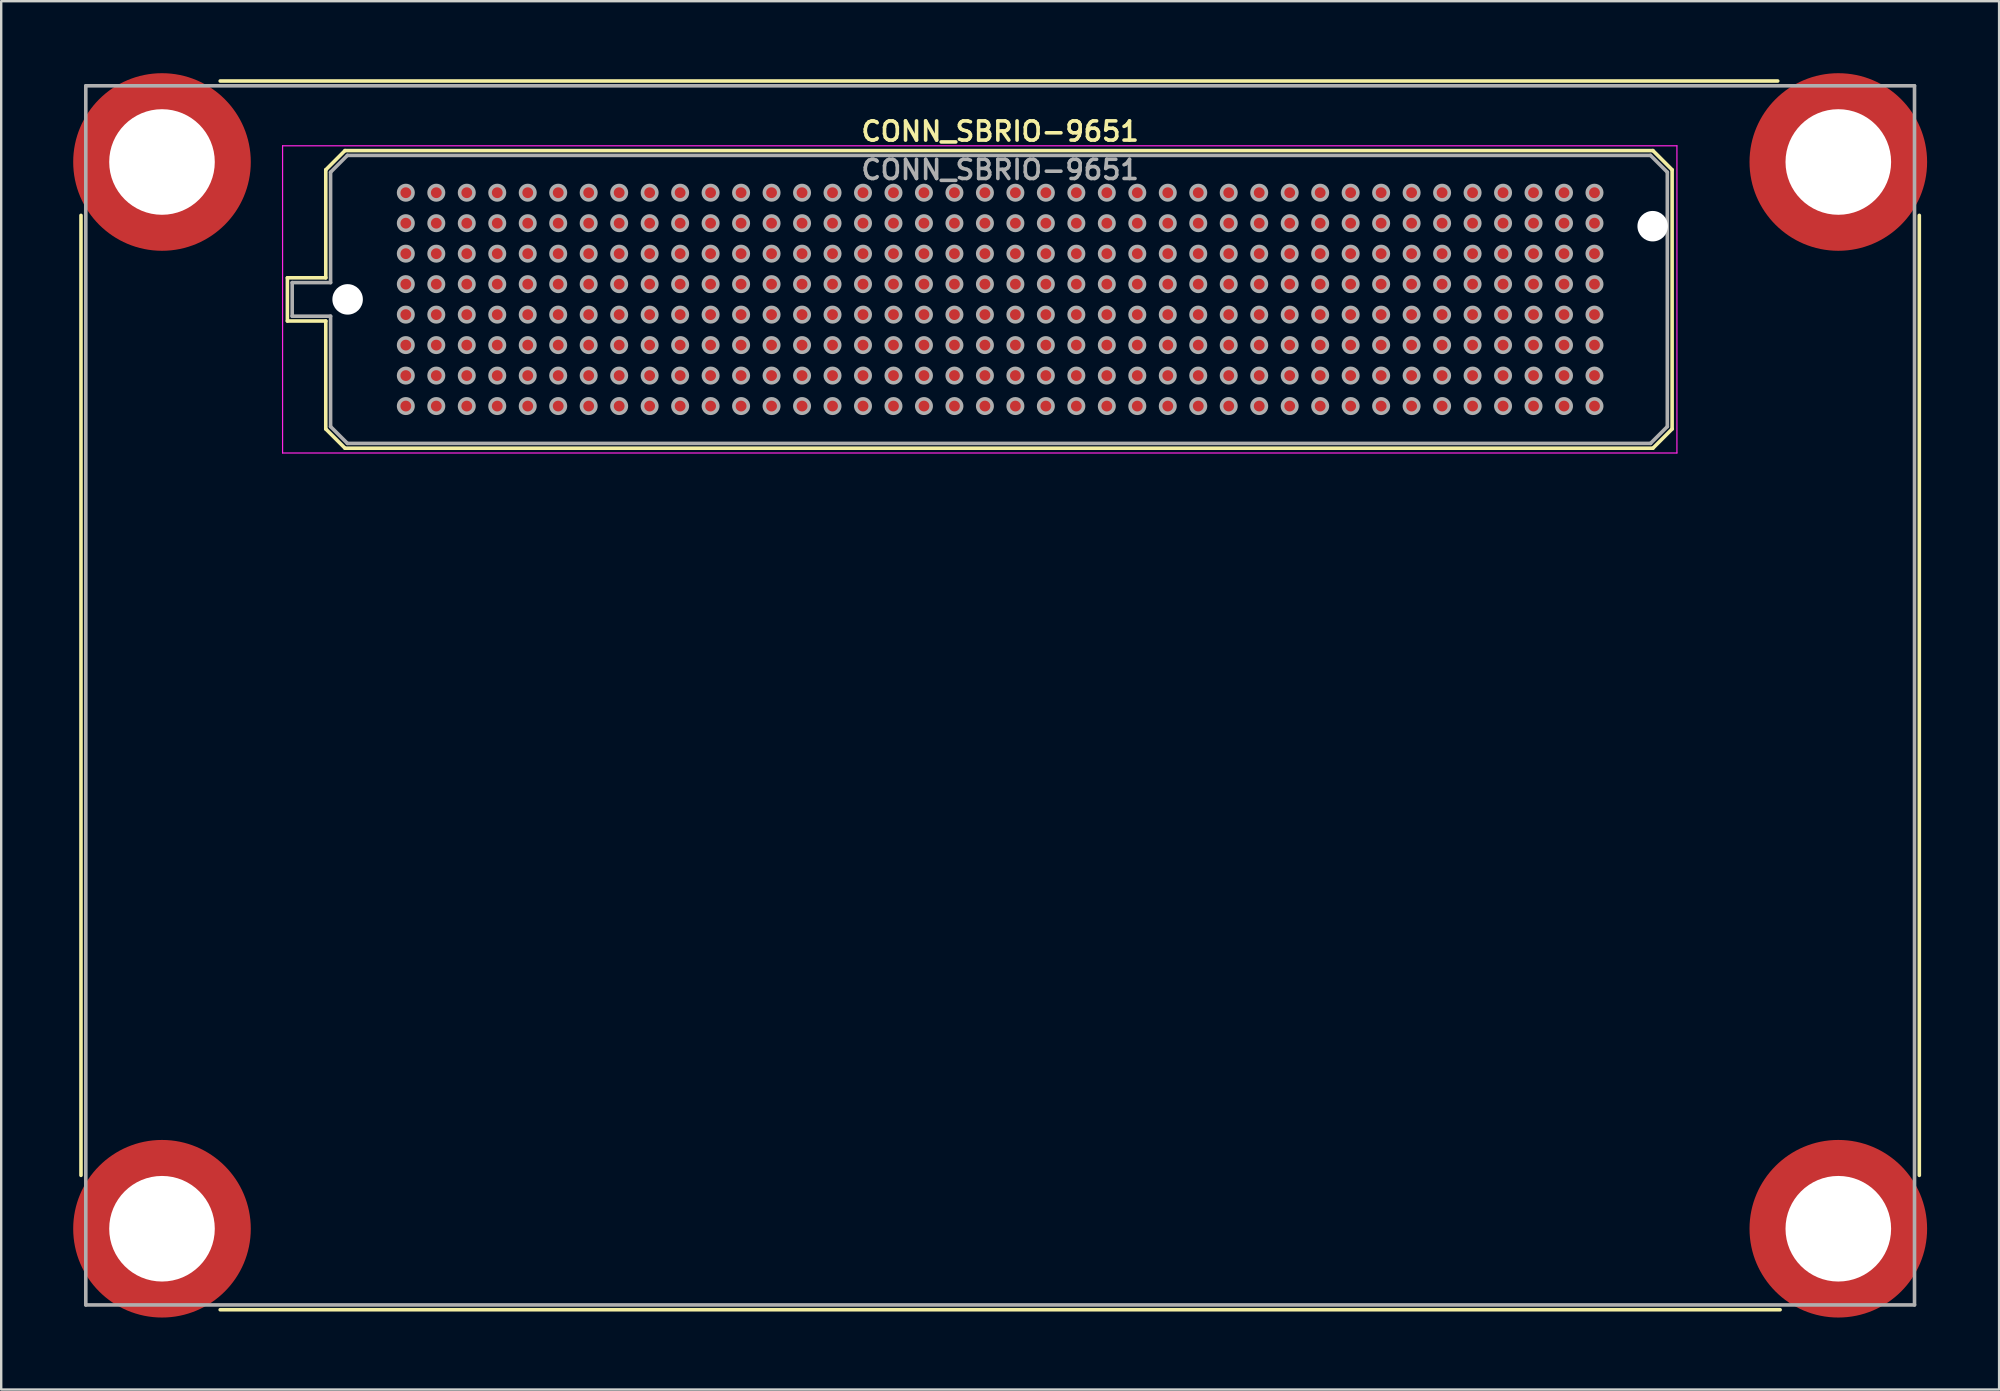
<source format=kicad_pcb>
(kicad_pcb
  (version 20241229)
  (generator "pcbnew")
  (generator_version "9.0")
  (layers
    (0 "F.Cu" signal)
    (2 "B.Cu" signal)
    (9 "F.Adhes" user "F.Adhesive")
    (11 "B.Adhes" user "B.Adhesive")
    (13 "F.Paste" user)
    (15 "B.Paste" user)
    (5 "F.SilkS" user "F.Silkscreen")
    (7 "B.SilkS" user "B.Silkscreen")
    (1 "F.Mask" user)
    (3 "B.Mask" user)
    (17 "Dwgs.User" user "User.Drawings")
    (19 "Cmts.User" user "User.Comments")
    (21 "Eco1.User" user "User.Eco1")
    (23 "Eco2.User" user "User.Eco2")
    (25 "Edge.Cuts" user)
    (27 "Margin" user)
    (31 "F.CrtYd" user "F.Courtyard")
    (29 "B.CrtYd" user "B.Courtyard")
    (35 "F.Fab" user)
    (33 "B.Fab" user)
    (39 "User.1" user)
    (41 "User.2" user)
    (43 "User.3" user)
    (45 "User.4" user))
  (footprint "CONN_SBRIO-9651"
    (layer "F.Cu")
    (at 38.625 9.415)
    (property "Reference" "CONN_SBRIO-9651" (at 0 -6.99 0) (layer "F.SilkS") (effects (font (size 0.8 0.8) (thickness 0.15))))
    (attr through_hole)
    (fp_line (start -38.3 36.51) (end -38.3 -3.49) (stroke (width 0.15) (type solid)) (layer "F.SilkS"))
    (fp_line (start -32.5 -9.09) (end 32.4 -9.09) (stroke (width 0.15) (type solid)) (layer "F.SilkS"))
    (fp_line (start -29.7 -0.89) (end -29.7 0.91) (stroke (width 0.15) (type solid)) (layer "F.SilkS"))
    (fp_line (start -29.7 0.91) (end -28.1 0.91) (stroke (width 0.15) (type solid)) (layer "F.SilkS"))
    (fp_line (start -28.1 -5.39) (end -28.1 -0.89) (stroke (width 0.15) (type solid)) (layer "F.SilkS"))
    (fp_line (start -28.1 -5.39) (end -27.3 -6.19) (stroke (width 0.15) (type solid)) (layer "F.SilkS"))
    (fp_line (start -28.1 -0.89) (end -29.7 -0.89) (stroke (width 0.15) (type solid)) (layer "F.SilkS"))
    (fp_line (start -28.1 0.91) (end -28.1 5.41) (stroke (width 0.15) (type solid)) (layer "F.SilkS"))
    (fp_line (start -28.1 5.41) (end -27.3 6.21) (stroke (width 0.15) (type solid)) (layer "F.SilkS"))
    (fp_line (start -27.3 -6.19) (end 27.2 -6.19) (stroke (width 0.15) (type solid)) (layer "F.SilkS"))
    (fp_line (start -27.3 6.21) (end 27.2 6.21) (stroke (width 0.15) (type solid)) (layer "F.SilkS"))
    (fp_line (start 27.2 -6.19) (end 28 -5.39) (stroke (width 0.15) (type solid)) (layer "F.SilkS"))
    (fp_line (start 27.2 6.21) (end 28 5.41) (stroke (width 0.15) (type solid)) (layer "F.SilkS"))
    (fp_line (start 28 5.41) (end 28 -5.39) (stroke (width 0.15) (type solid)) (layer "F.SilkS"))
    (fp_line (start 32.5 42.11) (end -32.5 42.11) (stroke (width 0.15) (type solid)) (layer "F.SilkS"))
    (fp_line (start 38.3 -3.49) (end 38.3 36.51) (stroke (width 0.15) (type solid)) (layer "F.SilkS"))
    (fp_line (start -29.9 -6.39) (end -29.9 6.41) (stroke (width 0.05) (type solid)) (layer "F.CrtYd"))
    (fp_line (start -29.9 -6.39) (end 28.2 -6.39) (stroke (width 0.05) (type solid)) (layer "F.CrtYd"))
    (fp_line (start -29.9 6.41) (end 28.2 6.41) (stroke (width 0.05) (type solid)) (layer "F.CrtYd"))
    (fp_line (start 28.2 -6.39) (end 28.2 6.41) (stroke (width 0.05) (type solid)) (layer "F.CrtYd"))
    (fp_line (start -38.1 -8.89) (end -38.1 41.91) (stroke (width 0.15) (type solid)) (layer "F.Fab"))
    (fp_line (start -38.1 -8.89) (end 38.1 -8.89) (stroke (width 0.15) (type solid)) (layer "F.Fab"))
    (fp_line (start -38.1 41.91) (end 38.1 41.91) (stroke (width 0.15) (type solid)) (layer "F.Fab"))
    (fp_line (start -29.5 -0.69) (end -27.9 -0.69) (stroke (width 0.15) (type solid)) (layer "F.Fab"))
    (fp_line (start -29.5 0.71) (end -29.5 -0.69) (stroke (width 0.15) (type solid)) (layer "F.Fab"))
    (fp_line (start -27.9 -5.29) (end -27.2 -5.99) (stroke (width 0.15) (type solid)) (layer "F.Fab"))
    (fp_line (start -27.9 -0.69) (end -27.9 -5.29) (stroke (width 0.15) (type solid)) (layer "F.Fab"))
    (fp_line (start -27.9 0.71) (end -29.5 0.71) (stroke (width 0.15) (type solid)) (layer "F.Fab"))
    (fp_line (start -27.9 5.31) (end -27.9 0.71) (stroke (width 0.15) (type solid)) (layer "F.Fab"))
    (fp_line (start -27.2 -5.99) (end 27.1 -5.99) (stroke (width 0.15) (type solid)) (layer "F.Fab"))
    (fp_line (start -27.2 6.01) (end -27.9 5.31) (stroke (width 0.15) (type solid)) (layer "F.Fab"))
    (fp_line (start 27.1 -5.99) (end 27.8 -5.29) (stroke (width 0.15) (type solid)) (layer "F.Fab"))
    (fp_line (start 27.1 6.01) (end -27.2 6.01) (stroke (width 0.15) (type solid)) (layer "F.Fab"))
    (fp_line (start 27.8 -5.29) (end 27.8 5.31) (stroke (width 0.15) (type solid)) (layer "F.Fab"))
    (fp_line (start 27.8 5.31) (end 27.1 6.01) (stroke (width 0.15) (type solid)) (layer "F.Fab"))
    (fp_line (start 38.1 41.91) (end 38.1 -8.89) (stroke (width 0.15) (type solid)) (layer "F.Fab"))
    (fp_circle (center -24.765 -4.435) (end -24.465 -4.435) (stroke (width 0.15) (type solid)) (fill no) (layer "F.Fab"))
    (fp_circle (center -24.765 -3.165) (end -24.465 -3.165) (stroke (width 0.15) (type solid)) (fill no) (layer "F.Fab"))
    (fp_circle (center -24.765 -1.895) (end -24.465 -1.895) (stroke (width 0.15) (type solid)) (fill no) (layer "F.Fab"))
    (fp_circle (center -24.765 -0.625) (end -24.465 -0.625) (stroke (width 0.15) (type solid)) (fill no) (layer "F.Fab"))
    (fp_circle (center -24.765 0.645) (end -24.465 0.645) (stroke (width 0.15) (type solid)) (fill no) (layer "F.Fab"))
    (fp_circle (center -24.765 1.915) (end -24.465 1.915) (stroke (width 0.15) (type solid)) (fill no) (layer "F.Fab"))
    (fp_circle (center -24.765 3.185) (end -24.465 3.185) (stroke (width 0.15) (type solid)) (fill no) (layer "F.Fab"))
    (fp_circle (center -24.765 4.455) (end -24.465 4.455) (stroke (width 0.15) (type solid)) (fill no) (layer "F.Fab"))
    (fp_circle (center -23.495 -4.435) (end -23.195 -4.435) (stroke (width 0.15) (type solid)) (fill no) (layer "F.Fab"))
    (fp_circle (center -23.495 -3.165) (end -23.195 -3.165) (stroke (width 0.15) (type solid)) (fill no) (layer "F.Fab"))
    (fp_circle (center -23.495 -1.895) (end -23.195 -1.895) (stroke (width 0.15) (type solid)) (fill no) (layer "F.Fab"))
    (fp_circle (center -23.495 -0.625) (end -23.195 -0.625) (stroke (width 0.15) (type solid)) (fill no) (layer "F.Fab"))
    (fp_circle (center -23.495 0.645) (end -23.195 0.645) (stroke (width 0.15) (type solid)) (fill no) (layer "F.Fab"))
    (fp_circle (center -23.495 1.915) (end -23.195 1.915) (stroke (width 0.15) (type solid)) (fill no) (layer "F.Fab"))
    (fp_circle (center -23.495 3.185) (end -23.195 3.185) (stroke (width 0.15) (type solid)) (fill no) (layer "F.Fab"))
    (fp_circle (center -23.495 4.455) (end -23.195 4.455) (stroke (width 0.15) (type solid)) (fill no) (layer "F.Fab"))
    (fp_circle (center -22.225 -4.435) (end -21.925 -4.435) (stroke (width 0.15) (type solid)) (fill no) (layer "F.Fab"))
    (fp_circle (center -22.225 -3.165) (end -21.925 -3.165) (stroke (width 0.15) (type solid)) (fill no) (layer "F.Fab"))
    (fp_circle (center -22.225 -1.895) (end -21.925 -1.895) (stroke (width 0.15) (type solid)) (fill no) (layer "F.Fab"))
    (fp_circle (center -22.225 -0.625) (end -21.925 -0.625) (stroke (width 0.15) (type solid)) (fill no) (layer "F.Fab"))
    (fp_circle (center -22.225 0.645) (end -21.925 0.645) (stroke (width 0.15) (type solid)) (fill no) (layer "F.Fab"))
    (fp_circle (center -22.225 1.915) (end -21.925 1.915) (stroke (width 0.15) (type solid)) (fill no) (layer "F.Fab"))
    (fp_circle (center -22.225 3.185) (end -21.925 3.185) (stroke (width 0.15) (type solid)) (fill no) (layer "F.Fab"))
    (fp_circle (center -22.225 4.455) (end -21.925 4.455) (stroke (width 0.15) (type solid)) (fill no) (layer "F.Fab"))
    (fp_circle (center -20.955 -4.435) (end -20.655 -4.435) (stroke (width 0.15) (type solid)) (fill no) (layer "F.Fab"))
    (fp_circle (center -20.955 -3.165) (end -20.655 -3.165) (stroke (width 0.15) (type solid)) (fill no) (layer "F.Fab"))
    (fp_circle (center -20.955 -1.895) (end -20.655 -1.895) (stroke (width 0.15) (type solid)) (fill no) (layer "F.Fab"))
    (fp_circle (center -20.955 -0.625) (end -20.655 -0.625) (stroke (width 0.15) (type solid)) (fill no) (layer "F.Fab"))
    (fp_circle (center -20.955 0.645) (end -20.655 0.645) (stroke (width 0.15) (type solid)) (fill no) (layer "F.Fab"))
    (fp_circle (center -20.955 1.915) (end -20.655 1.915) (stroke (width 0.15) (type solid)) (fill no) (layer "F.Fab"))
    (fp_circle (center -20.955 3.185) (end -20.655 3.185) (stroke (width 0.15) (type solid)) (fill no) (layer "F.Fab"))
    (fp_circle (center -20.955 4.455) (end -20.655 4.455) (stroke (width 0.15) (type solid)) (fill no) (layer "F.Fab"))
    (fp_circle (center -19.685 -4.435) (end -19.385 -4.435) (stroke (width 0.15) (type solid)) (fill no) (layer "F.Fab"))
    (fp_circle (center -19.685 -3.165) (end -19.385 -3.165) (stroke (width 0.15) (type solid)) (fill no) (layer "F.Fab"))
    (fp_circle (center -19.685 -1.895) (end -19.385 -1.895) (stroke (width 0.15) (type solid)) (fill no) (layer "F.Fab"))
    (fp_circle (center -19.685 -0.625) (end -19.385 -0.625) (stroke (width 0.15) (type solid)) (fill no) (layer "F.Fab"))
    (fp_circle (center -19.685 0.645) (end -19.385 0.645) (stroke (width 0.15) (type solid)) (fill no) (layer "F.Fab"))
    (fp_circle (center -19.685 1.915) (end -19.385 1.915) (stroke (width 0.15) (type solid)) (fill no) (layer "F.Fab"))
    (fp_circle (center -19.685 3.185) (end -19.385 3.185) (stroke (width 0.15) (type solid)) (fill no) (layer "F.Fab"))
    (fp_circle (center -19.685 4.455) (end -19.385 4.455) (stroke (width 0.15) (type solid)) (fill no) (layer "F.Fab"))
    (fp_circle (center -18.415 -4.435) (end -18.115 -4.435) (stroke (width 0.15) (type solid)) (fill no) (layer "F.Fab"))
    (fp_circle (center -18.415 -3.165) (end -18.115 -3.165) (stroke (width 0.15) (type solid)) (fill no) (layer "F.Fab"))
    (fp_circle (center -18.415 -1.895) (end -18.115 -1.895) (stroke (width 0.15) (type solid)) (fill no) (layer "F.Fab"))
    (fp_circle (center -18.415 -0.625) (end -18.115 -0.625) (stroke (width 0.15) (type solid)) (fill no) (layer "F.Fab"))
    (fp_circle (center -18.415 0.645) (end -18.115 0.645) (stroke (width 0.15) (type solid)) (fill no) (layer "F.Fab"))
    (fp_circle (center -18.415 1.915) (end -18.115 1.915) (stroke (width 0.15) (type solid)) (fill no) (layer "F.Fab"))
    (fp_circle (center -18.415 3.185) (end -18.115 3.185) (stroke (width 0.15) (type solid)) (fill no) (layer "F.Fab"))
    (fp_circle (center -18.415 4.455) (end -18.115 4.455) (stroke (width 0.15) (type solid)) (fill no) (layer "F.Fab"))
    (fp_circle (center -17.145 -4.435) (end -16.845 -4.435) (stroke (width 0.15) (type solid)) (fill no) (layer "F.Fab"))
    (fp_circle (center -17.145 -3.165) (end -16.845 -3.165) (stroke (width 0.15) (type solid)) (fill no) (layer "F.Fab"))
    (fp_circle (center -17.145 -1.895) (end -16.845 -1.895) (stroke (width 0.15) (type solid)) (fill no) (layer "F.Fab"))
    (fp_circle (center -17.145 -0.625) (end -16.845 -0.625) (stroke (width 0.15) (type solid)) (fill no) (layer "F.Fab"))
    (fp_circle (center -17.145 0.645) (end -16.845 0.645) (stroke (width 0.15) (type solid)) (fill no) (layer "F.Fab"))
    (fp_circle (center -17.145 1.915) (end -16.845 1.915) (stroke (width 0.15) (type solid)) (fill no) (layer "F.Fab"))
    (fp_circle (center -17.145 3.185) (end -16.845 3.185) (stroke (width 0.15) (type solid)) (fill no) (layer "F.Fab"))
    (fp_circle (center -17.145 4.455) (end -16.845 4.455) (stroke (width 0.15) (type solid)) (fill no) (layer "F.Fab"))
    (fp_circle (center -15.875 -4.435) (end -15.575 -4.435) (stroke (width 0.15) (type solid)) (fill no) (layer "F.Fab"))
    (fp_circle (center -15.875 -3.165) (end -15.575 -3.165) (stroke (width 0.15) (type solid)) (fill no) (layer "F.Fab"))
    (fp_circle (center -15.875 -1.895) (end -15.575 -1.895) (stroke (width 0.15) (type solid)) (fill no) (layer "F.Fab"))
    (fp_circle (center -15.875 -0.625) (end -15.575 -0.625) (stroke (width 0.15) (type solid)) (fill no) (layer "F.Fab"))
    (fp_circle (center -15.875 0.645) (end -15.575 0.645) (stroke (width 0.15) (type solid)) (fill no) (layer "F.Fab"))
    (fp_circle (center -15.875 1.915) (end -15.575 1.915) (stroke (width 0.15) (type solid)) (fill no) (layer "F.Fab"))
    (fp_circle (center -15.875 3.185) (end -15.575 3.185) (stroke (width 0.15) (type solid)) (fill no) (layer "F.Fab"))
    (fp_circle (center -15.875 4.455) (end -15.575 4.455) (stroke (width 0.15) (type solid)) (fill no) (layer "F.Fab"))
    (fp_circle (center -14.605 -4.435) (end -14.305 -4.435) (stroke (width 0.15) (type solid)) (fill no) (layer "F.Fab"))
    (fp_circle (center -14.605 -3.165) (end -14.305 -3.165) (stroke (width 0.15) (type solid)) (fill no) (layer "F.Fab"))
    (fp_circle (center -14.605 -1.895) (end -14.305 -1.895) (stroke (width 0.15) (type solid)) (fill no) (layer "F.Fab"))
    (fp_circle (center -14.605 -0.625) (end -14.305 -0.625) (stroke (width 0.15) (type solid)) (fill no) (layer "F.Fab"))
    (fp_circle (center -14.605 0.645) (end -14.305 0.645) (stroke (width 0.15) (type solid)) (fill no) (layer "F.Fab"))
    (fp_circle (center -14.605 1.915) (end -14.305 1.915) (stroke (width 0.15) (type solid)) (fill no) (layer "F.Fab"))
    (fp_circle (center -14.605 3.185) (end -14.305 3.185) (stroke (width 0.15) (type solid)) (fill no) (layer "F.Fab"))
    (fp_circle (center -14.605 4.455) (end -14.305 4.455) (stroke (width 0.15) (type solid)) (fill no) (layer "F.Fab"))
    (fp_circle (center -13.335 -4.435) (end -13.035 -4.435) (stroke (width 0.15) (type solid)) (fill no) (layer "F.Fab"))
    (fp_circle (center -13.335 -3.165) (end -13.035 -3.165) (stroke (width 0.15) (type solid)) (fill no) (layer "F.Fab"))
    (fp_circle (center -13.335 -1.895) (end -13.035 -1.895) (stroke (width 0.15) (type solid)) (fill no) (layer "F.Fab"))
    (fp_circle (center -13.335 -0.625) (end -13.035 -0.625) (stroke (width 0.15) (type solid)) (fill no) (layer "F.Fab"))
    (fp_circle (center -13.335 0.645) (end -13.035 0.645) (stroke (width 0.15) (type solid)) (fill no) (layer "F.Fab"))
    (fp_circle (center -13.335 1.915) (end -13.035 1.915) (stroke (width 0.15) (type solid)) (fill no) (layer "F.Fab"))
    (fp_circle (center -13.335 3.185) (end -13.035 3.185) (stroke (width 0.15) (type solid)) (fill no) (layer "F.Fab"))
    (fp_circle (center -13.335 4.455) (end -13.035 4.455) (stroke (width 0.15) (type solid)) (fill no) (layer "F.Fab"))
    (fp_circle (center -12.065 -4.435) (end -11.765 -4.435) (stroke (width 0.15) (type solid)) (fill no) (layer "F.Fab"))
    (fp_circle (center -12.065 -3.165) (end -11.765 -3.165) (stroke (width 0.15) (type solid)) (fill no) (layer "F.Fab"))
    (fp_circle (center -12.065 -1.895) (end -11.765 -1.895) (stroke (width 0.15) (type solid)) (fill no) (layer "F.Fab"))
    (fp_circle (center -12.065 -0.625) (end -11.765 -0.625) (stroke (width 0.15) (type solid)) (fill no) (layer "F.Fab"))
    (fp_circle (center -12.065 0.645) (end -11.765 0.645) (stroke (width 0.15) (type solid)) (fill no) (layer "F.Fab"))
    (fp_circle (center -12.065 1.915) (end -11.765 1.915) (stroke (width 0.15) (type solid)) (fill no) (layer "F.Fab"))
    (fp_circle (center -12.065 3.185) (end -11.765 3.185) (stroke (width 0.15) (type solid)) (fill no) (layer "F.Fab"))
    (fp_circle (center -12.065 4.455) (end -11.765 4.455) (stroke (width 0.15) (type solid)) (fill no) (layer "F.Fab"))
    (fp_circle (center -10.795 -4.435) (end -10.495 -4.435) (stroke (width 0.15) (type solid)) (fill no) (layer "F.Fab"))
    (fp_circle (center -10.795 -3.165) (end -10.495 -3.165) (stroke (width 0.15) (type solid)) (fill no) (layer "F.Fab"))
    (fp_circle (center -10.795 -1.895) (end -10.495 -1.895) (stroke (width 0.15) (type solid)) (fill no) (layer "F.Fab"))
    (fp_circle (center -10.795 -0.625) (end -10.495 -0.625) (stroke (width 0.15) (type solid)) (fill no) (layer "F.Fab"))
    (fp_circle (center -10.795 0.645) (end -10.495 0.645) (stroke (width 0.15) (type solid)) (fill no) (layer "F.Fab"))
    (fp_circle (center -10.795 1.915) (end -10.495 1.915) (stroke (width 0.15) (type solid)) (fill no) (layer "F.Fab"))
    (fp_circle (center -10.795 3.185) (end -10.495 3.185) (stroke (width 0.15) (type solid)) (fill no) (layer "F.Fab"))
    (fp_circle (center -10.795 4.455) (end -10.495 4.455) (stroke (width 0.15) (type solid)) (fill no) (layer "F.Fab"))
    (fp_circle (center -9.525 -4.435) (end -9.225 -4.435) (stroke (width 0.15) (type solid)) (fill no) (layer "F.Fab"))
    (fp_circle (center -9.525 -3.165) (end -9.225 -3.165) (stroke (width 0.15) (type solid)) (fill no) (layer "F.Fab"))
    (fp_circle (center -9.525 -1.895) (end -9.225 -1.895) (stroke (width 0.15) (type solid)) (fill no) (layer "F.Fab"))
    (fp_circle (center -9.525 -0.625) (end -9.225 -0.625) (stroke (width 0.15) (type solid)) (fill no) (layer "F.Fab"))
    (fp_circle (center -9.525 0.645) (end -9.225 0.645) (stroke (width 0.15) (type solid)) (fill no) (layer "F.Fab"))
    (fp_circle (center -9.525 1.915) (end -9.225 1.915) (stroke (width 0.15) (type solid)) (fill no) (layer "F.Fab"))
    (fp_circle (center -9.525 3.185) (end -9.225 3.185) (stroke (width 0.15) (type solid)) (fill no) (layer "F.Fab"))
    (fp_circle (center -9.525 4.455) (end -9.225 4.455) (stroke (width 0.15) (type solid)) (fill no) (layer "F.Fab"))
    (fp_circle (center -8.255 -4.435) (end -7.955 -4.435) (stroke (width 0.15) (type solid)) (fill no) (layer "F.Fab"))
    (fp_circle (center -8.255 -3.165) (end -7.955 -3.165) (stroke (width 0.15) (type solid)) (fill no) (layer "F.Fab"))
    (fp_circle (center -8.255 -1.895) (end -7.955 -1.895) (stroke (width 0.15) (type solid)) (fill no) (layer "F.Fab"))
    (fp_circle (center -8.255 -0.625) (end -7.955 -0.625) (stroke (width 0.15) (type solid)) (fill no) (layer "F.Fab"))
    (fp_circle (center -8.255 0.645) (end -7.955 0.645) (stroke (width 0.15) (type solid)) (fill no) (layer "F.Fab"))
    (fp_circle (center -8.255 1.915) (end -7.955 1.915) (stroke (width 0.15) (type solid)) (fill no) (layer "F.Fab"))
    (fp_circle (center -8.255 3.185) (end -7.955 3.185) (stroke (width 0.15) (type solid)) (fill no) (layer "F.Fab"))
    (fp_circle (center -8.255 4.455) (end -7.955 4.455) (stroke (width 0.15) (type solid)) (fill no) (layer "F.Fab"))
    (fp_circle (center -6.985 -4.435) (end -6.685 -4.435) (stroke (width 0.15) (type solid)) (fill no) (layer "F.Fab"))
    (fp_circle (center -6.985 -3.165) (end -6.685 -3.165) (stroke (width 0.15) (type solid)) (fill no) (layer "F.Fab"))
    (fp_circle (center -6.985 -1.895) (end -6.685 -1.895) (stroke (width 0.15) (type solid)) (fill no) (layer "F.Fab"))
    (fp_circle (center -6.985 -0.625) (end -6.685 -0.625) (stroke (width 0.15) (type solid)) (fill no) (layer "F.Fab"))
    (fp_circle (center -6.985 0.645) (end -6.685 0.645) (stroke (width 0.15) (type solid)) (fill no) (layer "F.Fab"))
    (fp_circle (center -6.985 1.915) (end -6.685 1.915) (stroke (width 0.15) (type solid)) (fill no) (layer "F.Fab"))
    (fp_circle (center -6.985 3.185) (end -6.685 3.185) (stroke (width 0.15) (type solid)) (fill no) (layer "F.Fab"))
    (fp_circle (center -6.985 4.455) (end -6.685 4.455) (stroke (width 0.15) (type solid)) (fill no) (layer "F.Fab"))
    (fp_circle (center -5.715 -4.435) (end -5.415 -4.435) (stroke (width 0.15) (type solid)) (fill no) (layer "F.Fab"))
    (fp_circle (center -5.715 -3.165) (end -5.415 -3.165) (stroke (width 0.15) (type solid)) (fill no) (layer "F.Fab"))
    (fp_circle (center -5.715 -1.895) (end -5.415 -1.895) (stroke (width 0.15) (type solid)) (fill no) (layer "F.Fab"))
    (fp_circle (center -5.715 -0.625) (end -5.415 -0.625) (stroke (width 0.15) (type solid)) (fill no) (layer "F.Fab"))
    (fp_circle (center -5.715 0.645) (end -5.415 0.645) (stroke (width 0.15) (type solid)) (fill no) (layer "F.Fab"))
    (fp_circle (center -5.715 1.915) (end -5.415 1.915) (stroke (width 0.15) (type solid)) (fill no) (layer "F.Fab"))
    (fp_circle (center -5.715 3.185) (end -5.415 3.185) (stroke (width 0.15) (type solid)) (fill no) (layer "F.Fab"))
    (fp_circle (center -5.715 4.455) (end -5.415 4.455) (stroke (width 0.15) (type solid)) (fill no) (layer "F.Fab"))
    (fp_circle (center -4.445 -4.435) (end -4.145 -4.435) (stroke (width 0.15) (type solid)) (fill no) (layer "F.Fab"))
    (fp_circle (center -4.445 -3.165) (end -4.145 -3.165) (stroke (width 0.15) (type solid)) (fill no) (layer "F.Fab"))
    (fp_circle (center -4.445 -1.895) (end -4.145 -1.895) (stroke (width 0.15) (type solid)) (fill no) (layer "F.Fab"))
    (fp_circle (center -4.445 -0.625) (end -4.145 -0.625) (stroke (width 0.15) (type solid)) (fill no) (layer "F.Fab"))
    (fp_circle (center -4.445 0.645) (end -4.145 0.645) (stroke (width 0.15) (type solid)) (fill no) (layer "F.Fab"))
    (fp_circle (center -4.445 1.915) (end -4.145 1.915) (stroke (width 0.15) (type solid)) (fill no) (layer "F.Fab"))
    (fp_circle (center -4.445 3.185) (end -4.145 3.185) (stroke (width 0.15) (type solid)) (fill no) (layer "F.Fab"))
    (fp_circle (center -4.445 4.455) (end -4.145 4.455) (stroke (width 0.15) (type solid)) (fill no) (layer "F.Fab"))
    (fp_circle (center -3.175 -4.435) (end -2.875 -4.435) (stroke (width 0.15) (type solid)) (fill no) (layer "F.Fab"))
    (fp_circle (center -3.175 -3.165) (end -2.875 -3.165) (stroke (width 0.15) (type solid)) (fill no) (layer "F.Fab"))
    (fp_circle (center -3.175 -1.895) (end -2.875 -1.895) (stroke (width 0.15) (type solid)) (fill no) (layer "F.Fab"))
    (fp_circle (center -3.175 -0.625) (end -2.875 -0.625) (stroke (width 0.15) (type solid)) (fill no) (layer "F.Fab"))
    (fp_circle (center -3.175 0.645) (end -2.875 0.645) (stroke (width 0.15) (type solid)) (fill no) (layer "F.Fab"))
    (fp_circle (center -3.175 1.915) (end -2.875 1.915) (stroke (width 0.15) (type solid)) (fill no) (layer "F.Fab"))
    (fp_circle (center -3.175 3.185) (end -2.875 3.185) (stroke (width 0.15) (type solid)) (fill no) (layer "F.Fab"))
    (fp_circle (center -3.175 4.455) (end -2.875 4.455) (stroke (width 0.15) (type solid)) (fill no) (layer "F.Fab"))
    (fp_circle (center -1.905 -4.435) (end -1.605 -4.435) (stroke (width 0.15) (type solid)) (fill no) (layer "F.Fab"))
    (fp_circle (center -1.905 -3.165) (end -1.605 -3.165) (stroke (width 0.15) (type solid)) (fill no) (layer "F.Fab"))
    (fp_circle (center -1.905 -1.895) (end -1.605 -1.895) (stroke (width 0.15) (type solid)) (fill no) (layer "F.Fab"))
    (fp_circle (center -1.905 -0.625) (end -1.605 -0.625) (stroke (width 0.15) (type solid)) (fill no) (layer "F.Fab"))
    (fp_circle (center -1.905 0.645) (end -1.605 0.645) (stroke (width 0.15) (type solid)) (fill no) (layer "F.Fab"))
    (fp_circle (center -1.905 1.915) (end -1.605 1.915) (stroke (width 0.15) (type solid)) (fill no) (layer "F.Fab"))
    (fp_circle (center -1.905 3.185) (end -1.605 3.185) (stroke (width 0.15) (type solid)) (fill no) (layer "F.Fab"))
    (fp_circle (center -1.905 4.455) (end -1.605 4.455) (stroke (width 0.15) (type solid)) (fill no) (layer "F.Fab"))
    (fp_circle (center -0.635 -4.435) (end -0.335 -4.435) (stroke (width 0.15) (type solid)) (fill no) (layer "F.Fab"))
    (fp_circle (center -0.635 -3.165) (end -0.335 -3.165) (stroke (width 0.15) (type solid)) (fill no) (layer "F.Fab"))
    (fp_circle (center -0.635 -1.895) (end -0.335 -1.895) (stroke (width 0.15) (type solid)) (fill no) (layer "F.Fab"))
    (fp_circle (center -0.635 -0.625) (end -0.335 -0.625) (stroke (width 0.15) (type solid)) (fill no) (layer "F.Fab"))
    (fp_circle (center -0.635 0.645) (end -0.335 0.645) (stroke (width 0.15) (type solid)) (fill no) (layer "F.Fab"))
    (fp_circle (center -0.635 1.915) (end -0.335 1.915) (stroke (width 0.15) (type solid)) (fill no) (layer "F.Fab"))
    (fp_circle (center -0.635 3.185) (end -0.335 3.185) (stroke (width 0.15) (type solid)) (fill no) (layer "F.Fab"))
    (fp_circle (center -0.635 4.455) (end -0.335 4.455) (stroke (width 0.15) (type solid)) (fill no) (layer "F.Fab"))
    (fp_circle (center 0.635 -4.435) (end 0.935 -4.435) (stroke (width 0.15) (type solid)) (fill no) (layer "F.Fab"))
    (fp_circle (center 0.635 -3.165) (end 0.935 -3.165) (stroke (width 0.15) (type solid)) (fill no) (layer "F.Fab"))
    (fp_circle (center 0.635 -1.895) (end 0.935 -1.895) (stroke (width 0.15) (type solid)) (fill no) (layer "F.Fab"))
    (fp_circle (center 0.635 -0.625) (end 0.935 -0.625) (stroke (width 0.15) (type solid)) (fill no) (layer "F.Fab"))
    (fp_circle (center 0.635 0.645) (end 0.935 0.645) (stroke (width 0.15) (type solid)) (fill no) (layer "F.Fab"))
    (fp_circle (center 0.635 1.915) (end 0.935 1.915) (stroke (width 0.15) (type solid)) (fill no) (layer "F.Fab"))
    (fp_circle (center 0.635 3.185) (end 0.935 3.185) (stroke (width 0.15) (type solid)) (fill no) (layer "F.Fab"))
    (fp_circle (center 0.635 4.455) (end 0.935 4.455) (stroke (width 0.15) (type solid)) (fill no) (layer "F.Fab"))
    (fp_circle (center 1.905 -4.435) (end 2.205 -4.435) (stroke (width 0.15) (type solid)) (fill no) (layer "F.Fab"))
    (fp_circle (center 1.905 -3.165) (end 2.205 -3.165) (stroke (width 0.15) (type solid)) (fill no) (layer "F.Fab"))
    (fp_circle (center 1.905 -1.895) (end 2.205 -1.895) (stroke (width 0.15) (type solid)) (fill no) (layer "F.Fab"))
    (fp_circle (center 1.905 -0.625) (end 2.205 -0.625) (stroke (width 0.15) (type solid)) (fill no) (layer "F.Fab"))
    (fp_circle (center 1.905 0.645) (end 2.205 0.645) (stroke (width 0.15) (type solid)) (fill no) (layer "F.Fab"))
    (fp_circle (center 1.905 1.915) (end 2.205 1.915) (stroke (width 0.15) (type solid)) (fill no) (layer "F.Fab"))
    (fp_circle (center 1.905 3.185) (end 2.205 3.185) (stroke (width 0.15) (type solid)) (fill no) (layer "F.Fab"))
    (fp_circle (center 1.905 4.455) (end 2.205 4.455) (stroke (width 0.15) (type solid)) (fill no) (layer "F.Fab"))
    (fp_circle (center 3.175 -4.435) (end 3.475 -4.435) (stroke (width 0.15) (type solid)) (fill no) (layer "F.Fab"))
    (fp_circle (center 3.175 -3.165) (end 3.475 -3.165) (stroke (width 0.15) (type solid)) (fill no) (layer "F.Fab"))
    (fp_circle (center 3.175 -1.895) (end 3.475 -1.895) (stroke (width 0.15) (type solid)) (fill no) (layer "F.Fab"))
    (fp_circle (center 3.175 -0.625) (end 3.475 -0.625) (stroke (width 0.15) (type solid)) (fill no) (layer "F.Fab"))
    (fp_circle (center 3.175 0.645) (end 3.475 0.645) (stroke (width 0.15) (type solid)) (fill no) (layer "F.Fab"))
    (fp_circle (center 3.175 1.915) (end 3.475 1.915) (stroke (width 0.15) (type solid)) (fill no) (layer "F.Fab"))
    (fp_circle (center 3.175 3.185) (end 3.475 3.185) (stroke (width 0.15) (type solid)) (fill no) (layer "F.Fab"))
    (fp_circle (center 3.175 4.455) (end 3.475 4.455) (stroke (width 0.15) (type solid)) (fill no) (layer "F.Fab"))
    (fp_circle (center 4.445 -4.435) (end 4.745 -4.435) (stroke (width 0.15) (type solid)) (fill no) (layer "F.Fab"))
    (fp_circle (center 4.445 -3.165) (end 4.745 -3.165) (stroke (width 0.15) (type solid)) (fill no) (layer "F.Fab"))
    (fp_circle (center 4.445 -1.895) (end 4.745 -1.895) (stroke (width 0.15) (type solid)) (fill no) (layer "F.Fab"))
    (fp_circle (center 4.445 -0.625) (end 4.745 -0.625) (stroke (width 0.15) (type solid)) (fill no) (layer "F.Fab"))
    (fp_circle (center 4.445 0.645) (end 4.745 0.645) (stroke (width 0.15) (type solid)) (fill no) (layer "F.Fab"))
    (fp_circle (center 4.445 1.915) (end 4.745 1.915) (stroke (width 0.15) (type solid)) (fill no) (layer "F.Fab"))
    (fp_circle (center 4.445 3.185) (end 4.745 3.185) (stroke (width 0.15) (type solid)) (fill no) (layer "F.Fab"))
    (fp_circle (center 4.445 4.455) (end 4.745 4.455) (stroke (width 0.15) (type solid)) (fill no) (layer "F.Fab"))
    (fp_circle (center 5.715 -4.435) (end 6.015 -4.435) (stroke (width 0.15) (type solid)) (fill no) (layer "F.Fab"))
    (fp_circle (center 5.715 -3.165) (end 6.015 -3.165) (stroke (width 0.15) (type solid)) (fill no) (layer "F.Fab"))
    (fp_circle (center 5.715 -1.895) (end 6.015 -1.895) (stroke (width 0.15) (type solid)) (fill no) (layer "F.Fab"))
    (fp_circle (center 5.715 -0.625) (end 6.015 -0.625) (stroke (width 0.15) (type solid)) (fill no) (layer "F.Fab"))
    (fp_circle (center 5.715 0.645) (end 6.015 0.645) (stroke (width 0.15) (type solid)) (fill no) (layer "F.Fab"))
    (fp_circle (center 5.715 1.915) (end 6.015 1.915) (stroke (width 0.15) (type solid)) (fill no) (layer "F.Fab"))
    (fp_circle (center 5.715 3.185) (end 6.015 3.185) (stroke (width 0.15) (type solid)) (fill no) (layer "F.Fab"))
    (fp_circle (center 5.715 4.455) (end 6.015 4.455) (stroke (width 0.15) (type solid)) (fill no) (layer "F.Fab"))
    (fp_circle (center 6.985 -4.435) (end 7.285 -4.435) (stroke (width 0.15) (type solid)) (fill no) (layer "F.Fab"))
    (fp_circle (center 6.985 -3.165) (end 7.285 -3.165) (stroke (width 0.15) (type solid)) (fill no) (layer "F.Fab"))
    (fp_circle (center 6.985 -1.895) (end 7.285 -1.895) (stroke (width 0.15) (type solid)) (fill no) (layer "F.Fab"))
    (fp_circle (center 6.985 -0.625) (end 7.285 -0.625) (stroke (width 0.15) (type solid)) (fill no) (layer "F.Fab"))
    (fp_circle (center 6.985 0.645) (end 7.285 0.645) (stroke (width 0.15) (type solid)) (fill no) (layer "F.Fab"))
    (fp_circle (center 6.985 1.915) (end 7.285 1.915) (stroke (width 0.15) (type solid)) (fill no) (layer "F.Fab"))
    (fp_circle (center 6.985 3.185) (end 7.285 3.185) (stroke (width 0.15) (type solid)) (fill no) (layer "F.Fab"))
    (fp_circle (center 6.985 4.455) (end 7.285 4.455) (stroke (width 0.15) (type solid)) (fill no) (layer "F.Fab"))
    (fp_circle (center 8.255 -4.435) (end 8.555 -4.435) (stroke (width 0.15) (type solid)) (fill no) (layer "F.Fab"))
    (fp_circle (center 8.255 -3.165) (end 8.555 -3.165) (stroke (width 0.15) (type solid)) (fill no) (layer "F.Fab"))
    (fp_circle (center 8.255 -1.895) (end 8.555 -1.895) (stroke (width 0.15) (type solid)) (fill no) (layer "F.Fab"))
    (fp_circle (center 8.255 -0.625) (end 8.555 -0.625) (stroke (width 0.15) (type solid)) (fill no) (layer "F.Fab"))
    (fp_circle (center 8.255 0.645) (end 8.555 0.645) (stroke (width 0.15) (type solid)) (fill no) (layer "F.Fab"))
    (fp_circle (center 8.255 1.915) (end 8.555 1.915) (stroke (width 0.15) (type solid)) (fill no) (layer "F.Fab"))
    (fp_circle (center 8.255 3.185) (end 8.555 3.185) (stroke (width 0.15) (type solid)) (fill no) (layer "F.Fab"))
    (fp_circle (center 8.255 4.455) (end 8.555 4.455) (stroke (width 0.15) (type solid)) (fill no) (layer "F.Fab"))
    (fp_circle (center 9.525 -4.435) (end 9.825 -4.435) (stroke (width 0.15) (type solid)) (fill no) (layer "F.Fab"))
    (fp_circle (center 9.525 -3.165) (end 9.825 -3.165) (stroke (width 0.15) (type solid)) (fill no) (layer "F.Fab"))
    (fp_circle (center 9.525 -1.895) (end 9.825 -1.895) (stroke (width 0.15) (type solid)) (fill no) (layer "F.Fab"))
    (fp_circle (center 9.525 -0.625) (end 9.825 -0.625) (stroke (width 0.15) (type solid)) (fill no) (layer "F.Fab"))
    (fp_circle (center 9.525 0.645) (end 9.825 0.645) (stroke (width 0.15) (type solid)) (fill no) (layer "F.Fab"))
    (fp_circle (center 9.525 1.915) (end 9.825 1.915) (stroke (width 0.15) (type solid)) (fill no) (layer "F.Fab"))
    (fp_circle (center 9.525 3.185) (end 9.825 3.185) (stroke (width 0.15) (type solid)) (fill no) (layer "F.Fab"))
    (fp_circle (center 9.525 4.455) (end 9.825 4.455) (stroke (width 0.15) (type solid)) (fill no) (layer "F.Fab"))
    (fp_circle (center 10.795 -4.435) (end 11.095 -4.435) (stroke (width 0.15) (type solid)) (fill no) (layer "F.Fab"))
    (fp_circle (center 10.795 -3.165) (end 11.095 -3.165) (stroke (width 0.15) (type solid)) (fill no) (layer "F.Fab"))
    (fp_circle (center 10.795 -1.895) (end 11.095 -1.895) (stroke (width 0.15) (type solid)) (fill no) (layer "F.Fab"))
    (fp_circle (center 10.795 -0.625) (end 11.095 -0.625) (stroke (width 0.15) (type solid)) (fill no) (layer "F.Fab"))
    (fp_circle (center 10.795 0.645) (end 11.095 0.645) (stroke (width 0.15) (type solid)) (fill no) (layer "F.Fab"))
    (fp_circle (center 10.795 1.915) (end 11.095 1.915) (stroke (width 0.15) (type solid)) (fill no) (layer "F.Fab"))
    (fp_circle (center 10.795 3.185) (end 11.095 3.185) (stroke (width 0.15) (type solid)) (fill no) (layer "F.Fab"))
    (fp_circle (center 10.795 4.455) (end 11.095 4.455) (stroke (width 0.15) (type solid)) (fill no) (layer "F.Fab"))
    (fp_circle (center 12.065 -4.435) (end 12.365 -4.435) (stroke (width 0.15) (type solid)) (fill no) (layer "F.Fab"))
    (fp_circle (center 12.065 -3.165) (end 12.365 -3.165) (stroke (width 0.15) (type solid)) (fill no) (layer "F.Fab"))
    (fp_circle (center 12.065 -1.895) (end 12.365 -1.895) (stroke (width 0.15) (type solid)) (fill no) (layer "F.Fab"))
    (fp_circle (center 12.065 -0.625) (end 12.365 -0.625) (stroke (width 0.15) (type solid)) (fill no) (layer "F.Fab"))
    (fp_circle (center 12.065 0.645) (end 12.365 0.645) (stroke (width 0.15) (type solid)) (fill no) (layer "F.Fab"))
    (fp_circle (center 12.065 1.915) (end 12.365 1.915) (stroke (width 0.15) (type solid)) (fill no) (layer "F.Fab"))
    (fp_circle (center 12.065 3.185) (end 12.365 3.185) (stroke (width 0.15) (type solid)) (fill no) (layer "F.Fab"))
    (fp_circle (center 12.065 4.455) (end 12.365 4.455) (stroke (width 0.15) (type solid)) (fill no) (layer "F.Fab"))
    (fp_circle (center 13.335 -4.435) (end 13.635 -4.435) (stroke (width 0.15) (type solid)) (fill no) (layer "F.Fab"))
    (fp_circle (center 13.335 -3.165) (end 13.635 -3.165) (stroke (width 0.15) (type solid)) (fill no) (layer "F.Fab"))
    (fp_circle (center 13.335 -1.895) (end 13.635 -1.895) (stroke (width 0.15) (type solid)) (fill no) (layer "F.Fab"))
    (fp_circle (center 13.335 -0.625) (end 13.635 -0.625) (stroke (width 0.15) (type solid)) (fill no) (layer "F.Fab"))
    (fp_circle (center 13.335 0.645) (end 13.635 0.645) (stroke (width 0.15) (type solid)) (fill no) (layer "F.Fab"))
    (fp_circle (center 13.335 1.915) (end 13.635 1.915) (stroke (width 0.15) (type solid)) (fill no) (layer "F.Fab"))
    (fp_circle (center 13.335 3.185) (end 13.635 3.185) (stroke (width 0.15) (type solid)) (fill no) (layer "F.Fab"))
    (fp_circle (center 13.335 4.455) (end 13.635 4.455) (stroke (width 0.15) (type solid)) (fill no) (layer "F.Fab"))
    (fp_circle (center 14.605 -4.435) (end 14.905 -4.435) (stroke (width 0.15) (type solid)) (fill no) (layer "F.Fab"))
    (fp_circle (center 14.605 -3.165) (end 14.905 -3.165) (stroke (width 0.15) (type solid)) (fill no) (layer "F.Fab"))
    (fp_circle (center 14.605 -1.895) (end 14.905 -1.895) (stroke (width 0.15) (type solid)) (fill no) (layer "F.Fab"))
    (fp_circle (center 14.605 -0.625) (end 14.905 -0.625) (stroke (width 0.15) (type solid)) (fill no) (layer "F.Fab"))
    (fp_circle (center 14.605 0.645) (end 14.905 0.645) (stroke (width 0.15) (type solid)) (fill no) (layer "F.Fab"))
    (fp_circle (center 14.605 1.915) (end 14.905 1.915) (stroke (width 0.15) (type solid)) (fill no) (layer "F.Fab"))
    (fp_circle (center 14.605 3.185) (end 14.905 3.185) (stroke (width 0.15) (type solid)) (fill no) (layer "F.Fab"))
    (fp_circle (center 14.605 4.455) (end 14.905 4.455) (stroke (width 0.15) (type solid)) (fill no) (layer "F.Fab"))
    (fp_circle (center 15.875 -4.435) (end 16.175 -4.435) (stroke (width 0.15) (type solid)) (fill no) (layer "F.Fab"))
    (fp_circle (center 15.875 -3.165) (end 16.175 -3.165) (stroke (width 0.15) (type solid)) (fill no) (layer "F.Fab"))
    (fp_circle (center 15.875 -1.895) (end 16.175 -1.895) (stroke (width 0.15) (type solid)) (fill no) (layer "F.Fab"))
    (fp_circle (center 15.875 -0.625) (end 16.175 -0.625) (stroke (width 0.15) (type solid)) (fill no) (layer "F.Fab"))
    (fp_circle (center 15.875 0.645) (end 16.175 0.645) (stroke (width 0.15) (type solid)) (fill no) (layer "F.Fab"))
    (fp_circle (center 15.875 1.915) (end 16.175 1.915) (stroke (width 0.15) (type solid)) (fill no) (layer "F.Fab"))
    (fp_circle (center 15.875 3.185) (end 16.175 3.185) (stroke (width 0.15) (type solid)) (fill no) (layer "F.Fab"))
    (fp_circle (center 15.875 4.455) (end 16.175 4.455) (stroke (width 0.15) (type solid)) (fill no) (layer "F.Fab"))
    (fp_circle (center 17.145 -4.435) (end 17.445 -4.435) (stroke (width 0.15) (type solid)) (fill no) (layer "F.Fab"))
    (fp_circle (center 17.145 -3.165) (end 17.445 -3.165) (stroke (width 0.15) (type solid)) (fill no) (layer "F.Fab"))
    (fp_circle (center 17.145 -1.895) (end 17.445 -1.895) (stroke (width 0.15) (type solid)) (fill no) (layer "F.Fab"))
    (fp_circle (center 17.145 -0.625) (end 17.445 -0.625) (stroke (width 0.15) (type solid)) (fill no) (layer "F.Fab"))
    (fp_circle (center 17.145 0.645) (end 17.445 0.645) (stroke (width 0.15) (type solid)) (fill no) (layer "F.Fab"))
    (fp_circle (center 17.145 1.915) (end 17.445 1.915) (stroke (width 0.15) (type solid)) (fill no) (layer "F.Fab"))
    (fp_circle (center 17.145 3.185) (end 17.445 3.185) (stroke (width 0.15) (type solid)) (fill no) (layer "F.Fab"))
    (fp_circle (center 17.145 4.455) (end 17.445 4.455) (stroke (width 0.15) (type solid)) (fill no) (layer "F.Fab"))
    (fp_circle (center 18.415 -4.435) (end 18.715 -4.435) (stroke (width 0.15) (type solid)) (fill no) (layer "F.Fab"))
    (fp_circle (center 18.415 -3.165) (end 18.715 -3.165) (stroke (width 0.15) (type solid)) (fill no) (layer "F.Fab"))
    (fp_circle (center 18.415 -1.895) (end 18.715 -1.895) (stroke (width 0.15) (type solid)) (fill no) (layer "F.Fab"))
    (fp_circle (center 18.415 -0.625) (end 18.715 -0.625) (stroke (width 0.15) (type solid)) (fill no) (layer "F.Fab"))
    (fp_circle (center 18.415 0.645) (end 18.715 0.645) (stroke (width 0.15) (type solid)) (fill no) (layer "F.Fab"))
    (fp_circle (center 18.415 1.915) (end 18.715 1.915) (stroke (width 0.15) (type solid)) (fill no) (layer "F.Fab"))
    (fp_circle (center 18.415 3.185) (end 18.715 3.185) (stroke (width 0.15) (type solid)) (fill no) (layer "F.Fab"))
    (fp_circle (center 18.415 4.455) (end 18.715 4.455) (stroke (width 0.15) (type solid)) (fill no) (layer "F.Fab"))
    (fp_circle (center 19.685 -4.435) (end 19.985 -4.435) (stroke (width 0.15) (type solid)) (fill no) (layer "F.Fab"))
    (fp_circle (center 19.685 -3.165) (end 19.985 -3.165) (stroke (width 0.15) (type solid)) (fill no) (layer "F.Fab"))
    (fp_circle (center 19.685 -1.895) (end 19.985 -1.895) (stroke (width 0.15) (type solid)) (fill no) (layer "F.Fab"))
    (fp_circle (center 19.685 -0.625) (end 19.985 -0.625) (stroke (width 0.15) (type solid)) (fill no) (layer "F.Fab"))
    (fp_circle (center 19.685 0.645) (end 19.985 0.645) (stroke (width 0.15) (type solid)) (fill no) (layer "F.Fab"))
    (fp_circle (center 19.685 1.915) (end 19.985 1.915) (stroke (width 0.15) (type solid)) (fill no) (layer "F.Fab"))
    (fp_circle (center 19.685 3.185) (end 19.985 3.185) (stroke (width 0.15) (type solid)) (fill no) (layer "F.Fab"))
    (fp_circle (center 19.685 4.455) (end 19.985 4.455) (stroke (width 0.15) (type solid)) (fill no) (layer "F.Fab"))
    (fp_circle (center 20.955 -4.435) (end 21.255 -4.435) (stroke (width 0.15) (type solid)) (fill no) (layer "F.Fab"))
    (fp_circle (center 20.955 -3.165) (end 21.255 -3.165) (stroke (width 0.15) (type solid)) (fill no) (layer "F.Fab"))
    (fp_circle (center 20.955 -1.895) (end 21.255 -1.895) (stroke (width 0.15) (type solid)) (fill no) (layer "F.Fab"))
    (fp_circle (center 20.955 -0.625) (end 21.255 -0.625) (stroke (width 0.15) (type solid)) (fill no) (layer "F.Fab"))
    (fp_circle (center 20.955 0.645) (end 21.255 0.645) (stroke (width 0.15) (type solid)) (fill no) (layer "F.Fab"))
    (fp_circle (center 20.955 1.915) (end 21.255 1.915) (stroke (width 0.15) (type solid)) (fill no) (layer "F.Fab"))
    (fp_circle (center 20.955 3.185) (end 21.255 3.185) (stroke (width 0.15) (type solid)) (fill no) (layer "F.Fab"))
    (fp_circle (center 20.955 4.455) (end 21.255 4.455) (stroke (width 0.15) (type solid)) (fill no) (layer "F.Fab"))
    (fp_circle (center 22.225 -4.435) (end 22.525 -4.435) (stroke (width 0.15) (type solid)) (fill no) (layer "F.Fab"))
    (fp_circle (center 22.225 -3.165) (end 22.525 -3.165) (stroke (width 0.15) (type solid)) (fill no) (layer "F.Fab"))
    (fp_circle (center 22.225 -1.895) (end 22.525 -1.895) (stroke (width 0.15) (type solid)) (fill no) (layer "F.Fab"))
    (fp_circle (center 22.225 -0.625) (end 22.525 -0.625) (stroke (width 0.15) (type solid)) (fill no) (layer "F.Fab"))
    (fp_circle (center 22.225 0.645) (end 22.525 0.645) (stroke (width 0.15) (type solid)) (fill no) (layer "F.Fab"))
    (fp_circle (center 22.225 1.915) (end 22.525 1.915) (stroke (width 0.15) (type solid)) (fill no) (layer "F.Fab"))
    (fp_circle (center 22.225 3.185) (end 22.525 3.185) (stroke (width 0.15) (type solid)) (fill no) (layer "F.Fab"))
    (fp_circle (center 22.225 4.455) (end 22.525 4.455) (stroke (width 0.15) (type solid)) (fill no) (layer "F.Fab"))
    (fp_circle (center 23.495 -4.435) (end 23.795 -4.435) (stroke (width 0.15) (type solid)) (fill no) (layer "F.Fab"))
    (fp_circle (center 23.495 -3.165) (end 23.795 -3.165) (stroke (width 0.15) (type solid)) (fill no) (layer "F.Fab"))
    (fp_circle (center 23.495 -1.895) (end 23.795 -1.895) (stroke (width 0.15) (type solid)) (fill no) (layer "F.Fab"))
    (fp_circle (center 23.495 -0.625) (end 23.795 -0.625) (stroke (width 0.15) (type solid)) (fill no) (layer "F.Fab"))
    (fp_circle (center 23.495 0.645) (end 23.795 0.645) (stroke (width 0.15) (type solid)) (fill no) (layer "F.Fab"))
    (fp_circle (center 23.495 1.915) (end 23.795 1.915) (stroke (width 0.15) (type solid)) (fill no) (layer "F.Fab"))
    (fp_circle (center 23.495 3.185) (end 23.795 3.185) (stroke (width 0.15) (type solid)) (fill no) (layer "F.Fab"))
    (fp_circle (center 23.495 4.455) (end 23.795 4.455) (stroke (width 0.15) (type solid)) (fill no) (layer "F.Fab"))
    (fp_circle (center 24.765 -4.435) (end 25.065 -4.435) (stroke (width 0.15) (type solid)) (fill no) (layer "F.Fab"))
    (fp_circle (center 24.765 -3.165) (end 25.065 -3.165) (stroke (width 0.15) (type solid)) (fill no) (layer "F.Fab"))
    (fp_circle (center 24.765 -1.895) (end 25.065 -1.895) (stroke (width 0.15) (type solid)) (fill no) (layer "F.Fab"))
    (fp_circle (center 24.765 -0.625) (end 25.065 -0.625) (stroke (width 0.15) (type solid)) (fill no) (layer "F.Fab"))
    (fp_circle (center 24.765 0.645) (end 25.065 0.645) (stroke (width 0.15) (type solid)) (fill no) (layer "F.Fab"))
    (fp_circle (center 24.765 1.915) (end 25.065 1.915) (stroke (width 0.15) (type solid)) (fill no) (layer "F.Fab"))
    (fp_circle (center 24.765 3.185) (end 25.065 3.185) (stroke (width 0.15) (type solid)) (fill no) (layer "F.Fab"))
    (fp_circle (center 24.765 4.455) (end 25.065 4.455) (stroke (width 0.15) (type solid)) (fill no) (layer "F.Fab"))
    (fp_text user "${REFERENCE}" (at 0 -5.39 0) (layer "F.Fab") (effects (font (size 0.8 0.8) (thickness 0.15))))
    (pad "" np_thru_hole circle (at -34.925 -5.715) (size 7.4 7.4) (drill 4.4) (layers "*.Mask" "F.Cu"))
    (pad "" np_thru_hole circle (at -34.925 38.735) (size 7.4 7.4) (drill 4.4) (layers "*.Mask" "F.Cu"))
    (pad "" np_thru_hole circle (at -27.19 0.01) (size 1.27 1.27) (drill 1.27) (layers "*.Cu" "*.Mask"))
    (pad "" np_thru_hole circle (at 27.19 -3.04) (size 1.27 1.27) (drill 1.27) (layers "*.Cu" "*.Mask"))
    (pad "" np_thru_hole circle (at 34.925 -5.715) (size 7.4 7.4) (drill 4.4) (layers "*.Mask" "F.Cu"))
    (pad "" np_thru_hole circle (at 34.925 38.735) (size 7.4 7.4) (drill 4.4) (layers "*.Mask" "F.Cu"))
    (pad "1" smd circle (at -24.765 4.455) (size 0.64 0.64) (layers "F.Cu" "F.Mask" "F.Paste"))
    (pad "2" smd circle (at -24.765 3.185) (size 0.64 0.64) (layers "F.Cu" "F.Mask" "F.Paste"))
    (pad "3" smd circle (at -24.765 1.915) (size 0.64 0.64) (layers "F.Cu" "F.Mask" "F.Paste"))
    (pad "4" smd circle (at -24.765 0.645) (size 0.64 0.64) (layers "F.Cu" "F.Mask" "F.Paste"))
    (pad "5" smd circle (at -24.765 -0.625) (size 0.64 0.64) (layers "F.Cu" "F.Mask" "F.Paste"))
    (pad "6" smd circle (at -24.765 -1.895) (size 0.64 0.64) (layers "F.Cu" "F.Mask" "F.Paste"))
    (pad "7" smd circle (at -24.765 -3.165) (size 0.64 0.64) (layers "F.Cu" "F.Mask" "F.Paste"))
    (pad "8" smd circle (at -24.765 -4.435) (size 0.64 0.64) (layers "F.Cu" "F.Mask" "F.Paste"))
    (pad "9" smd circle (at -23.495 4.455) (size 0.64 0.64) (layers "F.Cu" "F.Mask" "F.Paste"))
    (pad "10" smd circle (at -23.495 3.185) (size 0.64 0.64) (layers "F.Cu" "F.Mask" "F.Paste"))
    (pad "11" smd circle (at -23.495 1.915) (size 0.64 0.64) (layers "F.Cu" "F.Mask" "F.Paste"))
    (pad "12" smd circle (at -23.495 0.645) (size 0.64 0.64) (layers "F.Cu" "F.Mask" "F.Paste"))
    (pad "13" smd circle (at -23.495 -0.625) (size 0.64 0.64) (layers "F.Cu" "F.Mask" "F.Paste"))
    (pad "14" smd circle (at -23.495 -1.895) (size 0.64 0.64) (layers "F.Cu" "F.Mask" "F.Paste"))
    (pad "15" smd circle (at -23.495 -3.165) (size 0.64 0.64) (layers "F.Cu" "F.Mask" "F.Paste"))
    (pad "16" smd circle (at -23.495 -4.435) (size 0.64 0.64) (layers "F.Cu" "F.Mask" "F.Paste"))
    (pad "17" smd circle (at -22.225 4.455) (size 0.64 0.64) (layers "F.Cu" "F.Mask" "F.Paste"))
    (pad "18" smd circle (at -22.225 3.185) (size 0.64 0.64) (layers "F.Cu" "F.Mask" "F.Paste"))
    (pad "19" smd circle (at -22.225 1.915) (size 0.64 0.64) (layers "F.Cu" "F.Mask" "F.Paste"))
    (pad "20" smd circle (at -22.225 0.645) (size 0.64 0.64) (layers "F.Cu" "F.Mask" "F.Paste"))
    (pad "21" smd circle (at -22.225 -0.625) (size 0.64 0.64) (layers "F.Cu" "F.Mask" "F.Paste"))
    (pad "22" smd circle (at -22.225 -1.895) (size 0.64 0.64) (layers "F.Cu" "F.Mask" "F.Paste"))
    (pad "23" smd circle (at -22.225 -3.165) (size 0.64 0.64) (layers "F.Cu" "F.Mask" "F.Paste"))
    (pad "24" smd circle (at -22.225 -4.435) (size 0.64 0.64) (layers "F.Cu" "F.Mask" "F.Paste"))
    (pad "25" smd circle (at -20.955 4.455) (size 0.64 0.64) (layers "F.Cu" "F.Mask" "F.Paste"))
    (pad "26" smd circle (at -20.955 3.185) (size 0.64 0.64) (layers "F.Cu" "F.Mask" "F.Paste"))
    (pad "27" smd circle (at -20.955 1.915) (size 0.64 0.64) (layers "F.Cu" "F.Mask" "F.Paste"))
    (pad "28" smd circle (at -20.955 0.645) (size 0.64 0.64) (layers "F.Cu" "F.Mask" "F.Paste"))
    (pad "29" smd circle (at -20.955 -0.625) (size 0.64 0.64) (layers "F.Cu" "F.Mask" "F.Paste"))
    (pad "30" smd circle (at -20.955 -1.895) (size 0.64 0.64) (layers "F.Cu" "F.Mask" "F.Paste"))
    (pad "31" smd circle (at -20.955 -3.165) (size 0.64 0.64) (layers "F.Cu" "F.Mask" "F.Paste"))
    (pad "32" smd circle (at -20.955 -4.435) (size 0.64 0.64) (layers "F.Cu" "F.Mask" "F.Paste"))
    (pad "33" smd circle (at -19.685 4.455) (size 0.64 0.64) (layers "F.Cu" "F.Mask" "F.Paste"))
    (pad "34" smd circle (at -19.685 3.185) (size 0.64 0.64) (layers "F.Cu" "F.Mask" "F.Paste"))
    (pad "35" smd circle (at -19.685 1.915) (size 0.64 0.64) (layers "F.Cu" "F.Mask" "F.Paste"))
    (pad "36" smd circle (at -19.685 0.645) (size 0.64 0.64) (layers "F.Cu" "F.Mask" "F.Paste"))
    (pad "37" smd circle (at -19.685 -0.625) (size 0.64 0.64) (layers "F.Cu" "F.Mask" "F.Paste"))
    (pad "38" smd circle (at -19.685 -1.895) (size 0.64 0.64) (layers "F.Cu" "F.Mask" "F.Paste"))
    (pad "39" smd circle (at -19.685 -3.165) (size 0.64 0.64) (layers "F.Cu" "F.Mask" "F.Paste"))
    (pad "40" smd circle (at -19.685 -4.435) (size 0.64 0.64) (layers "F.Cu" "F.Mask" "F.Paste"))
    (pad "41" smd circle (at -18.415 4.455) (size 0.64 0.64) (layers "F.Cu" "F.Mask" "F.Paste"))
    (pad "42" smd circle (at -18.415 3.185) (size 0.64 0.64) (layers "F.Cu" "F.Mask" "F.Paste"))
    (pad "43" smd circle (at -18.415 1.915) (size 0.64 0.64) (layers "F.Cu" "F.Mask" "F.Paste"))
    (pad "44" smd circle (at -18.415 0.645) (size 0.64 0.64) (layers "F.Cu" "F.Mask" "F.Paste"))
    (pad "45" smd circle (at -18.415 -0.625) (size 0.64 0.64) (layers "F.Cu" "F.Mask" "F.Paste"))
    (pad "46" smd circle (at -18.415 -1.895) (size 0.64 0.64) (layers "F.Cu" "F.Mask" "F.Paste"))
    (pad "47" smd circle (at -18.415 -3.165) (size 0.64 0.64) (layers "F.Cu" "F.Mask" "F.Paste"))
    (pad "48" smd circle (at -18.415 -4.435) (size 0.64 0.64) (layers "F.Cu" "F.Mask" "F.Paste"))
    (pad "49" smd circle (at -17.145 4.455) (size 0.64 0.64) (layers "F.Cu" "F.Mask" "F.Paste"))
    (pad "50" smd circle (at -17.145 3.185) (size 0.64 0.64) (layers "F.Cu" "F.Mask" "F.Paste"))
    (pad "51" smd circle (at -17.145 1.915) (size 0.64 0.64) (layers "F.Cu" "F.Mask" "F.Paste"))
    (pad "52" smd circle (at -17.145 0.645) (size 0.64 0.64) (layers "F.Cu" "F.Mask" "F.Paste"))
    (pad "53" smd circle (at -17.145 -0.625) (size 0.64 0.64) (layers "F.Cu" "F.Mask" "F.Paste"))
    (pad "54" smd circle (at -17.145 -1.895) (size 0.64 0.64) (layers "F.Cu" "F.Mask" "F.Paste"))
    (pad "55" smd circle (at -17.145 -3.165) (size 0.64 0.64) (layers "F.Cu" "F.Mask" "F.Paste"))
    (pad "56" smd circle (at -17.145 -4.435) (size 0.64 0.64) (layers "F.Cu" "F.Mask" "F.Paste"))
    (pad "57" smd circle (at -15.875 4.455) (size 0.64 0.64) (layers "F.Cu" "F.Mask" "F.Paste"))
    (pad "58" smd circle (at -15.875 3.185) (size 0.64 0.64) (layers "F.Cu" "F.Mask" "F.Paste"))
    (pad "59" smd circle (at -15.875 1.915) (size 0.64 0.64) (layers "F.Cu" "F.Mask" "F.Paste"))
    (pad "60" smd circle (at -15.875 0.645) (size 0.64 0.64) (layers "F.Cu" "F.Mask" "F.Paste"))
    (pad "61" smd circle (at -15.875 -0.625) (size 0.64 0.64) (layers "F.Cu" "F.Mask" "F.Paste"))
    (pad "62" smd circle (at -15.875 -1.895) (size 0.64 0.64) (layers "F.Cu" "F.Mask" "F.Paste"))
    (pad "63" smd circle (at -15.875 -3.165) (size 0.64 0.64) (layers "F.Cu" "F.Mask" "F.Paste"))
    (pad "64" smd circle (at -15.875 -4.435) (size 0.64 0.64) (layers "F.Cu" "F.Mask" "F.Paste"))
    (pad "65" smd circle (at -14.605 4.455) (size 0.64 0.64) (layers "F.Cu" "F.Mask" "F.Paste"))
    (pad "66" smd circle (at -14.605 3.185) (size 0.64 0.64) (layers "F.Cu" "F.Mask" "F.Paste"))
    (pad "67" smd circle (at -14.605 1.915) (size 0.64 0.64) (layers "F.Cu" "F.Mask" "F.Paste"))
    (pad "68" smd circle (at -14.605 0.645) (size 0.64 0.64) (layers "F.Cu" "F.Mask" "F.Paste"))
    (pad "69" smd circle (at -14.605 -0.625) (size 0.64 0.64) (layers "F.Cu" "F.Mask" "F.Paste"))
    (pad "70" smd circle (at -14.605 -1.895) (size 0.64 0.64) (layers "F.Cu" "F.Mask" "F.Paste"))
    (pad "71" smd circle (at -14.605 -3.165) (size 0.64 0.64) (layers "F.Cu" "F.Mask" "F.Paste"))
    (pad "72" smd circle (at -14.605 -4.435) (size 0.64 0.64) (layers "F.Cu" "F.Mask" "F.Paste"))
    (pad "73" smd circle (at -13.335 4.455) (size 0.64 0.64) (layers "F.Cu" "F.Mask" "F.Paste"))
    (pad "74" smd circle (at -13.335 3.185) (size 0.64 0.64) (layers "F.Cu" "F.Mask" "F.Paste"))
    (pad "75" smd circle (at -13.335 1.915) (size 0.64 0.64) (layers "F.Cu" "F.Mask" "F.Paste"))
    (pad "76" smd circle (at -13.335 0.645) (size 0.64 0.64) (layers "F.Cu" "F.Mask" "F.Paste"))
    (pad "77" smd circle (at -13.335 -0.625) (size 0.64 0.64) (layers "F.Cu" "F.Mask" "F.Paste"))
    (pad "78" smd circle (at -13.335 -1.895) (size 0.64 0.64) (layers "F.Cu" "F.Mask" "F.Paste"))
    (pad "79" smd circle (at -13.335 -3.165) (size 0.64 0.64) (layers "F.Cu" "F.Mask" "F.Paste"))
    (pad "80" smd circle (at -13.335 -4.435) (size 0.64 0.64) (layers "F.Cu" "F.Mask" "F.Paste"))
    (pad "81" smd circle (at -12.065 4.455) (size 0.64 0.64) (layers "F.Cu" "F.Mask" "F.Paste"))
    (pad "82" smd circle (at -12.065 3.185) (size 0.64 0.64) (layers "F.Cu" "F.Mask" "F.Paste"))
    (pad "83" smd circle (at -12.065 1.915) (size 0.64 0.64) (layers "F.Cu" "F.Mask" "F.Paste"))
    (pad "84" smd circle (at -12.065 0.645) (size 0.64 0.64) (layers "F.Cu" "F.Mask" "F.Paste"))
    (pad "85" smd circle (at -12.065 -0.625) (size 0.64 0.64) (layers "F.Cu" "F.Mask" "F.Paste"))
    (pad "86" smd circle (at -12.065 -1.895) (size 0.64 0.64) (layers "F.Cu" "F.Mask" "F.Paste"))
    (pad "87" smd circle (at -12.065 -3.165) (size 0.64 0.64) (layers "F.Cu" "F.Mask" "F.Paste"))
    (pad "88" smd circle (at -12.065 -4.435) (size 0.64 0.64) (layers "F.Cu" "F.Mask" "F.Paste"))
    (pad "89" smd circle (at -10.795 4.455) (size 0.64 0.64) (layers "F.Cu" "F.Mask" "F.Paste"))
    (pad "90" smd circle (at -10.795 3.185) (size 0.64 0.64) (layers "F.Cu" "F.Mask" "F.Paste"))
    (pad "91" smd circle (at -10.795 1.915) (size 0.64 0.64) (layers "F.Cu" "F.Mask" "F.Paste"))
    (pad "92" smd circle (at -10.795 0.645) (size 0.64 0.64) (layers "F.Cu" "F.Mask" "F.Paste"))
    (pad "93" smd circle (at -10.795 -0.625) (size 0.64 0.64) (layers "F.Cu" "F.Mask" "F.Paste"))
    (pad "94" smd circle (at -10.795 -1.895) (size 0.64 0.64) (layers "F.Cu" "F.Mask" "F.Paste"))
    (pad "95" smd circle (at -10.795 -3.165) (size 0.64 0.64) (layers "F.Cu" "F.Mask" "F.Paste"))
    (pad "96" smd circle (at -10.795 -4.435) (size 0.64 0.64) (layers "F.Cu" "F.Mask" "F.Paste"))
    (pad "97" smd circle (at -9.525 4.455) (size 0.64 0.64) (layers "F.Cu" "F.Mask" "F.Paste"))
    (pad "98" smd circle (at -9.525 3.185) (size 0.64 0.64) (layers "F.Cu" "F.Mask" "F.Paste"))
    (pad "99" smd circle (at -9.525 1.915) (size 0.64 0.64) (layers "F.Cu" "F.Mask" "F.Paste"))
    (pad "100" smd circle (at -9.525 0.645) (size 0.64 0.64) (layers "F.Cu" "F.Mask" "F.Paste"))
    (pad "101" smd circle (at -9.525 -0.625) (size 0.64 0.64) (layers "F.Cu" "F.Mask" "F.Paste"))
    (pad "102" smd circle (at -9.525 -1.895) (size 0.64 0.64) (layers "F.Cu" "F.Mask" "F.Paste"))
    (pad "103" smd circle (at -9.525 -3.165) (size 0.64 0.64) (layers "F.Cu" "F.Mask" "F.Paste"))
    (pad "104" smd circle (at -9.525 -4.435) (size 0.64 0.64) (layers "F.Cu" "F.Mask" "F.Paste"))
    (pad "105" smd circle (at -8.255 4.455) (size 0.64 0.64) (layers "F.Cu" "F.Mask" "F.Paste"))
    (pad "106" smd circle (at -8.255 3.185) (size 0.64 0.64) (layers "F.Cu" "F.Mask" "F.Paste"))
    (pad "107" smd circle (at -8.255 1.915) (size 0.64 0.64) (layers "F.Cu" "F.Mask" "F.Paste"))
    (pad "108" smd circle (at -8.255 0.645) (size 0.64 0.64) (layers "F.Cu" "F.Mask" "F.Paste"))
    (pad "109" smd circle (at -8.255 -0.625) (size 0.64 0.64) (layers "F.Cu" "F.Mask" "F.Paste"))
    (pad "110" smd circle (at -8.255 -1.895) (size 0.64 0.64) (layers "F.Cu" "F.Mask" "F.Paste"))
    (pad "111" smd circle (at -8.255 -3.165) (size 0.64 0.64) (layers "F.Cu" "F.Mask" "F.Paste"))
    (pad "112" smd circle (at -8.255 -4.435) (size 0.64 0.64) (layers "F.Cu" "F.Mask" "F.Paste"))
    (pad "113" smd circle (at -6.985 4.455) (size 0.64 0.64) (layers "F.Cu" "F.Mask" "F.Paste"))
    (pad "114" smd circle (at -6.985 3.185) (size 0.64 0.64) (layers "F.Cu" "F.Mask" "F.Paste"))
    (pad "115" smd circle (at -6.985 1.915) (size 0.64 0.64) (layers "F.Cu" "F.Mask" "F.Paste"))
    (pad "116" smd circle (at -6.985 0.645) (size 0.64 0.64) (layers "F.Cu" "F.Mask" "F.Paste"))
    (pad "117" smd circle (at -6.985 -0.625) (size 0.64 0.64) (layers "F.Cu" "F.Mask" "F.Paste"))
    (pad "118" smd circle (at -6.985 -1.895) (size 0.64 0.64) (layers "F.Cu" "F.Mask" "F.Paste"))
    (pad "119" smd circle (at -6.985 -3.165) (size 0.64 0.64) (layers "F.Cu" "F.Mask" "F.Paste"))
    (pad "120" smd circle (at -6.985 -4.435) (size 0.64 0.64) (layers "F.Cu" "F.Mask" "F.Paste"))
    (pad "121" smd circle (at -5.715 4.455) (size 0.64 0.64) (layers "F.Cu" "F.Mask" "F.Paste"))
    (pad "122" smd circle (at -5.715 3.185) (size 0.64 0.64) (layers "F.Cu" "F.Mask" "F.Paste"))
    (pad "123" smd circle (at -5.715 1.915) (size 0.64 0.64) (layers "F.Cu" "F.Mask" "F.Paste"))
    (pad "124" smd circle (at -5.715 0.645) (size 0.64 0.64) (layers "F.Cu" "F.Mask" "F.Paste"))
    (pad "125" smd circle (at -5.715 -0.625) (size 0.64 0.64) (layers "F.Cu" "F.Mask" "F.Paste"))
    (pad "126" smd circle (at -5.715 -1.895) (size 0.64 0.64) (layers "F.Cu" "F.Mask" "F.Paste"))
    (pad "127" smd circle (at -5.715 -3.165) (size 0.64 0.64) (layers "F.Cu" "F.Mask" "F.Paste"))
    (pad "128" smd circle (at -5.715 -4.435) (size 0.64 0.64) (layers "F.Cu" "F.Mask" "F.Paste"))
    (pad "129" smd circle (at -4.445 4.455) (size 0.64 0.64) (layers "F.Cu" "F.Mask" "F.Paste"))
    (pad "130" smd circle (at -4.445 3.185) (size 0.64 0.64) (layers "F.Cu" "F.Mask" "F.Paste"))
    (pad "131" smd circle (at -4.445 1.915) (size 0.64 0.64) (layers "F.Cu" "F.Mask" "F.Paste"))
    (pad "132" smd circle (at -4.445 0.645) (size 0.64 0.64) (layers "F.Cu" "F.Mask" "F.Paste"))
    (pad "133" smd circle (at -4.445 -0.625) (size 0.64 0.64) (layers "F.Cu" "F.Mask" "F.Paste"))
    (pad "134" smd circle (at -4.445 -1.895) (size 0.64 0.64) (layers "F.Cu" "F.Mask" "F.Paste"))
    (pad "135" smd circle (at -4.445 -3.165) (size 0.64 0.64) (layers "F.Cu" "F.Mask" "F.Paste"))
    (pad "136" smd circle (at -4.445 -4.435) (size 0.64 0.64) (layers "F.Cu" "F.Mask" "F.Paste"))
    (pad "137" smd circle (at -3.175 4.455) (size 0.64 0.64) (layers "F.Cu" "F.Mask" "F.Paste"))
    (pad "138" smd circle (at -3.175 3.185) (size 0.64 0.64) (layers "F.Cu" "F.Mask" "F.Paste"))
    (pad "139" smd circle (at -3.175 1.915) (size 0.64 0.64) (layers "F.Cu" "F.Mask" "F.Paste"))
    (pad "140" smd circle (at -3.175 0.645) (size 0.64 0.64) (layers "F.Cu" "F.Mask" "F.Paste"))
    (pad "141" smd circle (at -3.175 -0.625) (size 0.64 0.64) (layers "F.Cu" "F.Mask" "F.Paste"))
    (pad "142" smd circle (at -3.175 -1.895) (size 0.64 0.64) (layers "F.Cu" "F.Mask" "F.Paste"))
    (pad "143" smd circle (at -3.175 -3.165) (size 0.64 0.64) (layers "F.Cu" "F.Mask" "F.Paste"))
    (pad "144" smd circle (at -3.175 -4.435) (size 0.64 0.64) (layers "F.Cu" "F.Mask" "F.Paste"))
    (pad "145" smd circle (at -1.905 4.455) (size 0.64 0.64) (layers "F.Cu" "F.Mask" "F.Paste"))
    (pad "146" smd circle (at -1.905 3.185) (size 0.64 0.64) (layers "F.Cu" "F.Mask" "F.Paste"))
    (pad "147" smd circle (at -1.905 1.915) (size 0.64 0.64) (layers "F.Cu" "F.Mask" "F.Paste"))
    (pad "148" smd circle (at -1.905 0.645) (size 0.64 0.64) (layers "F.Cu" "F.Mask" "F.Paste"))
    (pad "149" smd circle (at -1.905 -0.625) (size 0.64 0.64) (layers "F.Cu" "F.Mask" "F.Paste"))
    (pad "150" smd circle (at -1.905 -1.895) (size 0.64 0.64) (layers "F.Cu" "F.Mask" "F.Paste"))
    (pad "151" smd circle (at -1.905 -3.165) (size 0.64 0.64) (layers "F.Cu" "F.Mask" "F.Paste"))
    (pad "152" smd circle (at -1.905 -4.435) (size 0.64 0.64) (layers "F.Cu" "F.Mask" "F.Paste"))
    (pad "153" smd circle (at -0.635 4.455) (size 0.64 0.64) (layers "F.Cu" "F.Mask" "F.Paste"))
    (pad "154" smd circle (at -0.635 3.185) (size 0.64 0.64) (layers "F.Cu" "F.Mask" "F.Paste"))
    (pad "155" smd circle (at -0.635 1.915) (size 0.64 0.64) (layers "F.Cu" "F.Mask" "F.Paste"))
    (pad "156" smd circle (at -0.635 0.645) (size 0.64 0.64) (layers "F.Cu" "F.Mask" "F.Paste"))
    (pad "157" smd circle (at -0.635 -0.625) (size 0.64 0.64) (layers "F.Cu" "F.Mask" "F.Paste"))
    (pad "158" smd circle (at -0.635 -1.895) (size 0.64 0.64) (layers "F.Cu" "F.Mask" "F.Paste"))
    (pad "159" smd circle (at -0.635 -3.165) (size 0.64 0.64) (layers "F.Cu" "F.Mask" "F.Paste"))
    (pad "160" smd circle (at -0.635 -4.435) (size 0.64 0.64) (layers "F.Cu" "F.Mask" "F.Paste"))
    (pad "161" smd circle (at 0.635 4.455) (size 0.64 0.64) (layers "F.Cu" "F.Mask" "F.Paste"))
    (pad "162" smd circle (at 0.635 3.185) (size 0.64 0.64) (layers "F.Cu" "F.Mask" "F.Paste"))
    (pad "163" smd circle (at 0.635 1.915) (size 0.64 0.64) (layers "F.Cu" "F.Mask" "F.Paste"))
    (pad "164" smd circle (at 0.635 0.645) (size 0.64 0.64) (layers "F.Cu" "F.Mask" "F.Paste"))
    (pad "165" smd circle (at 0.635 -0.625) (size 0.64 0.64) (layers "F.Cu" "F.Mask" "F.Paste"))
    (pad "166" smd circle (at 0.635 -1.895) (size 0.64 0.64) (layers "F.Cu" "F.Mask" "F.Paste"))
    (pad "167" smd circle (at 0.635 -3.165) (size 0.64 0.64) (layers "F.Cu" "F.Mask" "F.Paste"))
    (pad "168" smd circle (at 0.635 -4.435) (size 0.64 0.64) (layers "F.Cu" "F.Mask" "F.Paste"))
    (pad "169" smd circle (at 1.905 4.455) (size 0.64 0.64) (layers "F.Cu" "F.Mask" "F.Paste"))
    (pad "170" smd circle (at 1.905 3.185) (size 0.64 0.64) (layers "F.Cu" "F.Mask" "F.Paste"))
    (pad "171" smd circle (at 1.905 1.915) (size 0.64 0.64) (layers "F.Cu" "F.Mask" "F.Paste"))
    (pad "172" smd circle (at 1.905 0.645) (size 0.64 0.64) (layers "F.Cu" "F.Mask" "F.Paste"))
    (pad "173" smd circle (at 1.905 -0.625) (size 0.64 0.64) (layers "F.Cu" "F.Mask" "F.Paste"))
    (pad "174" smd circle (at 1.905 -1.895) (size 0.64 0.64) (layers "F.Cu" "F.Mask" "F.Paste"))
    (pad "175" smd circle (at 1.905 -3.165) (size 0.64 0.64) (layers "F.Cu" "F.Mask" "F.Paste"))
    (pad "176" smd circle (at 1.905 -4.435) (size 0.64 0.64) (layers "F.Cu" "F.Mask" "F.Paste"))
    (pad "177" smd circle (at 3.175 4.455) (size 0.64 0.64) (layers "F.Cu" "F.Mask" "F.Paste"))
    (pad "178" smd circle (at 3.175 3.185) (size 0.64 0.64) (layers "F.Cu" "F.Mask" "F.Paste"))
    (pad "179" smd circle (at 3.175 1.915) (size 0.64 0.64) (layers "F.Cu" "F.Mask" "F.Paste"))
    (pad "180" smd circle (at 3.175 0.645) (size 0.64 0.64) (layers "F.Cu" "F.Mask" "F.Paste"))
    (pad "181" smd circle (at 3.175 -0.625) (size 0.64 0.64) (layers "F.Cu" "F.Mask" "F.Paste"))
    (pad "182" smd circle (at 3.175 -1.895) (size 0.64 0.64) (layers "F.Cu" "F.Mask" "F.Paste"))
    (pad "183" smd circle (at 3.175 -3.165) (size 0.64 0.64) (layers "F.Cu" "F.Mask" "F.Paste"))
    (pad "184" smd circle (at 3.175 -4.435) (size 0.64 0.64) (layers "F.Cu" "F.Mask" "F.Paste"))
    (pad "185" smd circle (at 4.445 4.455) (size 0.64 0.64) (layers "F.Cu" "F.Mask" "F.Paste"))
    (pad "186" smd circle (at 4.445 3.185) (size 0.64 0.64) (layers "F.Cu" "F.Mask" "F.Paste"))
    (pad "187" smd circle (at 4.445 1.915) (size 0.64 0.64) (layers "F.Cu" "F.Mask" "F.Paste"))
    (pad "188" smd circle (at 4.445 0.645) (size 0.64 0.64) (layers "F.Cu" "F.Mask" "F.Paste"))
    (pad "189" smd circle (at 4.445 -0.625) (size 0.64 0.64) (layers "F.Cu" "F.Mask" "F.Paste"))
    (pad "190" smd circle (at 4.445 -1.895) (size 0.64 0.64) (layers "F.Cu" "F.Mask" "F.Paste"))
    (pad "191" smd circle (at 4.445 -3.165) (size 0.64 0.64) (layers "F.Cu" "F.Mask" "F.Paste"))
    (pad "192" smd circle (at 4.445 -4.435) (size 0.64 0.64) (layers "F.Cu" "F.Mask" "F.Paste"))
    (pad "193" smd circle (at 5.715 4.455) (size 0.64 0.64) (layers "F.Cu" "F.Mask" "F.Paste"))
    (pad "194" smd circle (at 5.715 3.185) (size 0.64 0.64) (layers "F.Cu" "F.Mask" "F.Paste"))
    (pad "195" smd circle (at 5.715 1.915) (size 0.64 0.64) (layers "F.Cu" "F.Mask" "F.Paste"))
    (pad "196" smd circle (at 5.715 0.645) (size 0.64 0.64) (layers "F.Cu" "F.Mask" "F.Paste"))
    (pad "197" smd circle (at 5.715 -0.625) (size 0.64 0.64) (layers "F.Cu" "F.Mask" "F.Paste"))
    (pad "198" smd circle (at 5.715 -1.895) (size 0.64 0.64) (layers "F.Cu" "F.Mask" "F.Paste"))
    (pad "199" smd circle (at 5.715 -3.165) (size 0.64 0.64) (layers "F.Cu" "F.Mask" "F.Paste"))
    (pad "200" smd circle (at 5.715 -4.435) (size 0.64 0.64) (layers "F.Cu" "F.Mask" "F.Paste"))
    (pad "201" smd circle (at 6.985 4.455) (size 0.64 0.64) (layers "F.Cu" "F.Mask" "F.Paste"))
    (pad "202" smd circle (at 6.985 3.185) (size 0.64 0.64) (layers "F.Cu" "F.Mask" "F.Paste"))
    (pad "203" smd circle (at 6.985 1.915) (size 0.64 0.64) (layers "F.Cu" "F.Mask" "F.Paste"))
    (pad "204" smd circle (at 6.985 0.645) (size 0.64 0.64) (layers "F.Cu" "F.Mask" "F.Paste"))
    (pad "205" smd circle (at 6.985 -0.625) (size 0.64 0.64) (layers "F.Cu" "F.Mask" "F.Paste"))
    (pad "206" smd circle (at 6.985 -1.895) (size 0.64 0.64) (layers "F.Cu" "F.Mask" "F.Paste"))
    (pad "207" smd circle (at 6.985 -3.165) (size 0.64 0.64) (layers "F.Cu" "F.Mask" "F.Paste"))
    (pad "208" smd circle (at 6.985 -4.435) (size 0.64 0.64) (layers "F.Cu" "F.Mask" "F.Paste"))
    (pad "209" smd circle (at 8.255 4.455) (size 0.64 0.64) (layers "F.Cu" "F.Mask" "F.Paste"))
    (pad "210" smd circle (at 8.255 3.185) (size 0.64 0.64) (layers "F.Cu" "F.Mask" "F.Paste"))
    (pad "211" smd circle (at 8.255 1.915) (size 0.64 0.64) (layers "F.Cu" "F.Mask" "F.Paste"))
    (pad "212" smd circle (at 8.255 0.645) (size 0.64 0.64) (layers "F.Cu" "F.Mask" "F.Paste"))
    (pad "213" smd circle (at 8.255 -0.625) (size 0.64 0.64) (layers "F.Cu" "F.Mask" "F.Paste"))
    (pad "214" smd circle (at 8.255 -1.895) (size 0.64 0.64) (layers "F.Cu" "F.Mask" "F.Paste"))
    (pad "215" smd circle (at 8.255 -3.165) (size 0.64 0.64) (layers "F.Cu" "F.Mask" "F.Paste"))
    (pad "216" smd circle (at 8.255 -4.435) (size 0.64 0.64) (layers "F.Cu" "F.Mask" "F.Paste"))
    (pad "217" smd circle (at 9.525 4.455) (size 0.64 0.64) (layers "F.Cu" "F.Mask" "F.Paste"))
    (pad "218" smd circle (at 9.525 3.185) (size 0.64 0.64) (layers "F.Cu" "F.Mask" "F.Paste"))
    (pad "219" smd circle (at 9.525 1.915) (size 0.64 0.64) (layers "F.Cu" "F.Mask" "F.Paste"))
    (pad "220" smd circle (at 9.525 0.645) (size 0.64 0.64) (layers "F.Cu" "F.Mask" "F.Paste"))
    (pad "221" smd circle (at 9.525 -0.625) (size 0.64 0.64) (layers "F.Cu" "F.Mask" "F.Paste"))
    (pad "222" smd circle (at 9.525 -1.895) (size 0.64 0.64) (layers "F.Cu" "F.Mask" "F.Paste"))
    (pad "223" smd circle (at 9.525 -3.165) (size 0.64 0.64) (layers "F.Cu" "F.Mask" "F.Paste"))
    (pad "224" smd circle (at 9.525 -4.435) (size 0.64 0.64) (layers "F.Cu" "F.Mask" "F.Paste"))
    (pad "225" smd circle (at 10.795 4.455) (size 0.64 0.64) (layers "F.Cu" "F.Mask" "F.Paste"))
    (pad "226" smd circle (at 10.795 3.185) (size 0.64 0.64) (layers "F.Cu" "F.Mask" "F.Paste"))
    (pad "227" smd circle (at 10.795 1.915) (size 0.64 0.64) (layers "F.Cu" "F.Mask" "F.Paste"))
    (pad "228" smd circle (at 10.795 0.645) (size 0.64 0.64) (layers "F.Cu" "F.Mask" "F.Paste"))
    (pad "229" smd circle (at 10.795 -0.625) (size 0.64 0.64) (layers "F.Cu" "F.Mask" "F.Paste"))
    (pad "230" smd circle (at 10.795 -1.895) (size 0.64 0.64) (layers "F.Cu" "F.Mask" "F.Paste"))
    (pad "231" smd circle (at 10.795 -3.165) (size 0.64 0.64) (layers "F.Cu" "F.Mask" "F.Paste"))
    (pad "232" smd circle (at 10.795 -4.435) (size 0.64 0.64) (layers "F.Cu" "F.Mask" "F.Paste"))
    (pad "233" smd circle (at 12.065 4.455) (size 0.64 0.64) (layers "F.Cu" "F.Mask" "F.Paste"))
    (pad "234" smd circle (at 12.065 3.185) (size 0.64 0.64) (layers "F.Cu" "F.Mask" "F.Paste"))
    (pad "235" smd circle (at 12.065 1.915) (size 0.64 0.64) (layers "F.Cu" "F.Mask" "F.Paste"))
    (pad "236" smd circle (at 12.065 0.645) (size 0.64 0.64) (layers "F.Cu" "F.Mask" "F.Paste"))
    (pad "237" smd circle (at 12.065 -0.625) (size 0.64 0.64) (layers "F.Cu" "F.Mask" "F.Paste"))
    (pad "238" smd circle (at 12.065 -1.895) (size 0.64 0.64) (layers "F.Cu" "F.Mask" "F.Paste"))
    (pad "239" smd circle (at 12.065 -3.165) (size 0.64 0.64) (layers "F.Cu" "F.Mask" "F.Paste"))
    (pad "240" smd circle (at 12.065 -4.435) (size 0.64 0.64) (layers "F.Cu" "F.Mask" "F.Paste"))
    (pad "241" smd circle (at 13.335 4.455) (size 0.64 0.64) (layers "F.Cu" "F.Mask" "F.Paste"))
    (pad "242" smd circle (at 13.335 3.185) (size 0.64 0.64) (layers "F.Cu" "F.Mask" "F.Paste"))
    (pad "243" smd circle (at 13.335 1.915) (size 0.64 0.64) (layers "F.Cu" "F.Mask" "F.Paste"))
    (pad "244" smd circle (at 13.335 0.645) (size 0.64 0.64) (layers "F.Cu" "F.Mask" "F.Paste"))
    (pad "245" smd circle (at 13.335 -0.625) (size 0.64 0.64) (layers "F.Cu" "F.Mask" "F.Paste"))
    (pad "246" smd circle (at 13.335 -1.895) (size 0.64 0.64) (layers "F.Cu" "F.Mask" "F.Paste"))
    (pad "247" smd circle (at 13.335 -3.165) (size 0.64 0.64) (layers "F.Cu" "F.Mask" "F.Paste"))
    (pad "248" smd circle (at 13.335 -4.435) (size 0.64 0.64) (layers "F.Cu" "F.Mask" "F.Paste"))
    (pad "249" smd circle (at 14.605 4.455) (size 0.64 0.64) (layers "F.Cu" "F.Mask" "F.Paste"))
    (pad "250" smd circle (at 14.605 3.185) (size 0.64 0.64) (layers "F.Cu" "F.Mask" "F.Paste"))
    (pad "251" smd circle (at 14.605 1.915) (size 0.64 0.64) (layers "F.Cu" "F.Mask" "F.Paste"))
    (pad "252" smd circle (at 14.605 0.645) (size 0.64 0.64) (layers "F.Cu" "F.Mask" "F.Paste"))
    (pad "253" smd circle (at 14.605 -0.625) (size 0.64 0.64) (layers "F.Cu" "F.Mask" "F.Paste"))
    (pad "254" smd circle (at 14.605 -1.895) (size 0.64 0.64) (layers "F.Cu" "F.Mask" "F.Paste"))
    (pad "255" smd circle (at 14.605 -3.165) (size 0.64 0.64) (layers "F.Cu" "F.Mask" "F.Paste"))
    (pad "256" smd circle (at 14.605 -4.435) (size 0.64 0.64) (layers "F.Cu" "F.Mask" "F.Paste"))
    (pad "257" smd circle (at 15.875 4.455) (size 0.64 0.64) (layers "F.Cu" "F.Mask" "F.Paste"))
    (pad "258" smd circle (at 15.875 3.185) (size 0.64 0.64) (layers "F.Cu" "F.Mask" "F.Paste"))
    (pad "259" smd circle (at 15.875 1.915) (size 0.64 0.64) (layers "F.Cu" "F.Mask" "F.Paste"))
    (pad "260" smd circle (at 15.875 0.645) (size 0.64 0.64) (layers "F.Cu" "F.Mask" "F.Paste"))
    (pad "261" smd circle (at 15.875 -0.625) (size 0.64 0.64) (layers "F.Cu" "F.Mask" "F.Paste"))
    (pad "262" smd circle (at 15.875 -1.895) (size 0.64 0.64) (layers "F.Cu" "F.Mask" "F.Paste"))
    (pad "263" smd circle (at 15.875 -3.165) (size 0.64 0.64) (layers "F.Cu" "F.Mask" "F.Paste"))
    (pad "264" smd circle (at 15.875 -4.435) (size 0.64 0.64) (layers "F.Cu" "F.Mask" "F.Paste"))
    (pad "265" smd circle (at 17.145 4.455) (size 0.64 0.64) (layers "F.Cu" "F.Mask" "F.Paste"))
    (pad "266" smd circle (at 17.145 3.185) (size 0.64 0.64) (layers "F.Cu" "F.Mask" "F.Paste"))
    (pad "267" smd circle (at 17.145 1.915) (size 0.64 0.64) (layers "F.Cu" "F.Mask" "F.Paste"))
    (pad "268" smd circle (at 17.145 0.645) (size 0.64 0.64) (layers "F.Cu" "F.Mask" "F.Paste"))
    (pad "269" smd circle (at 17.145 -0.625) (size 0.64 0.64) (layers "F.Cu" "F.Mask" "F.Paste"))
    (pad "270" smd circle (at 17.145 -1.895) (size 0.64 0.64) (layers "F.Cu" "F.Mask" "F.Paste"))
    (pad "271" smd circle (at 17.145 -3.165) (size 0.64 0.64) (layers "F.Cu" "F.Mask" "F.Paste"))
    (pad "272" smd circle (at 17.145 -4.435) (size 0.64 0.64) (layers "F.Cu" "F.Mask" "F.Paste"))
    (pad "273" smd circle (at 18.415 4.455) (size 0.64 0.64) (layers "F.Cu" "F.Mask" "F.Paste"))
    (pad "274" smd circle (at 18.415 3.185) (size 0.64 0.64) (layers "F.Cu" "F.Mask" "F.Paste"))
    (pad "275" smd circle (at 18.415 1.915) (size 0.64 0.64) (layers "F.Cu" "F.Mask" "F.Paste"))
    (pad "276" smd circle (at 18.415 0.645) (size 0.64 0.64) (layers "F.Cu" "F.Mask" "F.Paste"))
    (pad "277" smd circle (at 18.415 -0.625) (size 0.64 0.64) (layers "F.Cu" "F.Mask" "F.Paste"))
    (pad "278" smd circle (at 18.415 -1.895) (size 0.64 0.64) (layers "F.Cu" "F.Mask" "F.Paste"))
    (pad "279" smd circle (at 18.415 -3.165) (size 0.64 0.64) (layers "F.Cu" "F.Mask" "F.Paste"))
    (pad "280" smd circle (at 18.415 -4.435) (size 0.64 0.64) (layers "F.Cu" "F.Mask" "F.Paste"))
    (pad "281" smd circle (at 19.685 4.455) (size 0.64 0.64) (layers "F.Cu" "F.Mask" "F.Paste"))
    (pad "282" smd circle (at 19.685 3.185) (size 0.64 0.64) (layers "F.Cu" "F.Mask" "F.Paste"))
    (pad "283" smd circle (at 19.685 1.915) (size 0.64 0.64) (layers "F.Cu" "F.Mask" "F.Paste"))
    (pad "284" smd circle (at 19.685 0.645) (size 0.64 0.64) (layers "F.Cu" "F.Mask" "F.Paste"))
    (pad "285" smd circle (at 19.685 -0.625) (size 0.64 0.64) (layers "F.Cu" "F.Mask" "F.Paste"))
    (pad "286" smd circle (at 19.685 -1.895) (size 0.64 0.64) (layers "F.Cu" "F.Mask" "F.Paste"))
    (pad "287" smd circle (at 19.685 -3.165) (size 0.64 0.64) (layers "F.Cu" "F.Mask" "F.Paste"))
    (pad "288" smd circle (at 19.685 -4.435) (size 0.64 0.64) (layers "F.Cu" "F.Mask" "F.Paste"))
    (pad "289" smd circle (at 20.955 4.455) (size 0.64 0.64) (layers "F.Cu" "F.Mask" "F.Paste"))
    (pad "290" smd circle (at 20.955 3.185) (size 0.64 0.64) (layers "F.Cu" "F.Mask" "F.Paste"))
    (pad "291" smd circle (at 20.955 1.915) (size 0.64 0.64) (layers "F.Cu" "F.Mask" "F.Paste"))
    (pad "292" smd circle (at 20.955 0.645) (size 0.64 0.64) (layers "F.Cu" "F.Mask" "F.Paste"))
    (pad "293" smd circle (at 20.955 -0.625) (size 0.64 0.64) (layers "F.Cu" "F.Mask" "F.Paste"))
    (pad "294" smd circle (at 20.955 -1.895) (size 0.64 0.64) (layers "F.Cu" "F.Mask" "F.Paste"))
    (pad "295" smd circle (at 20.955 -3.165) (size 0.64 0.64) (layers "F.Cu" "F.Mask" "F.Paste"))
    (pad "296" smd circle (at 20.955 -4.435) (size 0.64 0.64) (layers "F.Cu" "F.Mask" "F.Paste"))
    (pad "297" smd circle (at 22.225 4.455) (size 0.64 0.64) (layers "F.Cu" "F.Mask" "F.Paste"))
    (pad "298" smd circle (at 22.225 3.185) (size 0.64 0.64) (layers "F.Cu" "F.Mask" "F.Paste"))
    (pad "299" smd circle (at 22.225 1.915) (size 0.64 0.64) (layers "F.Cu" "F.Mask" "F.Paste"))
    (pad "300" smd circle (at 22.225 0.645) (size 0.64 0.64) (layers "F.Cu" "F.Mask" "F.Paste"))
    (pad "301" smd circle (at 22.225 -0.625) (size 0.64 0.64) (layers "F.Cu" "F.Mask" "F.Paste"))
    (pad "302" smd circle (at 22.225 -1.895) (size 0.64 0.64) (layers "F.Cu" "F.Mask" "F.Paste"))
    (pad "303" smd circle (at 22.225 -3.165) (size 0.64 0.64) (layers "F.Cu" "F.Mask" "F.Paste"))
    (pad "304" smd circle (at 22.225 -4.435) (size 0.64 0.64) (layers "F.Cu" "F.Mask" "F.Paste"))
    (pad "305" smd circle (at 23.495 4.455) (size 0.64 0.64) (layers "F.Cu" "F.Mask" "F.Paste"))
    (pad "306" smd circle (at 23.495 3.185) (size 0.64 0.64) (layers "F.Cu" "F.Mask" "F.Paste"))
    (pad "307" smd circle (at 23.495 1.915) (size 0.64 0.64) (layers "F.Cu" "F.Mask" "F.Paste"))
    (pad "308" smd circle (at 23.495 0.645) (size 0.64 0.64) (layers "F.Cu" "F.Mask" "F.Paste"))
    (pad "309" smd circle (at 23.495 -0.625) (size 0.64 0.64) (layers "F.Cu" "F.Mask" "F.Paste"))
    (pad "310" smd circle (at 23.495 -1.895) (size 0.64 0.64) (layers "F.Cu" "F.Mask" "F.Paste"))
    (pad "311" smd circle (at 23.495 -3.165) (size 0.64 0.64) (layers "F.Cu" "F.Mask" "F.Paste"))
    (pad "312" smd circle (at 23.495 -4.435) (size 0.64 0.64) (layers "F.Cu" "F.Mask" "F.Paste"))
    (pad "313" smd circle (at 24.765 4.455) (size 0.64 0.64) (layers "F.Cu" "F.Mask" "F.Paste"))
    (pad "314" smd circle (at 24.765 3.185) (size 0.64 0.64) (layers "F.Cu" "F.Mask" "F.Paste"))
    (pad "315" smd circle (at 24.765 1.915) (size 0.64 0.64) (layers "F.Cu" "F.Mask" "F.Paste"))
    (pad "316" smd circle (at 24.765 0.645) (size 0.64 0.64) (layers "F.Cu" "F.Mask" "F.Paste"))
    (pad "317" smd circle (at 24.765 -0.625) (size 0.64 0.64) (layers "F.Cu" "F.Mask" "F.Paste"))
    (pad "318" smd circle (at 24.765 -1.895) (size 0.64 0.64) (layers "F.Cu" "F.Mask" "F.Paste"))
    (pad "319" smd circle (at 24.765 -3.165) (size 0.64 0.64) (layers "F.Cu" "F.Mask" "F.Paste"))
    (pad "320" smd circle (at 24.765 -4.435) (size 0.64 0.64) (layers "F.Cu" "F.Mask" "F.Paste")))
  (gr_rect
    (start -3 -3)
    (end 80.25 54.85)
    (stroke (width 0.1) (type default))
    (fill no)
    (layer "Edge.Cuts")))
</source>
